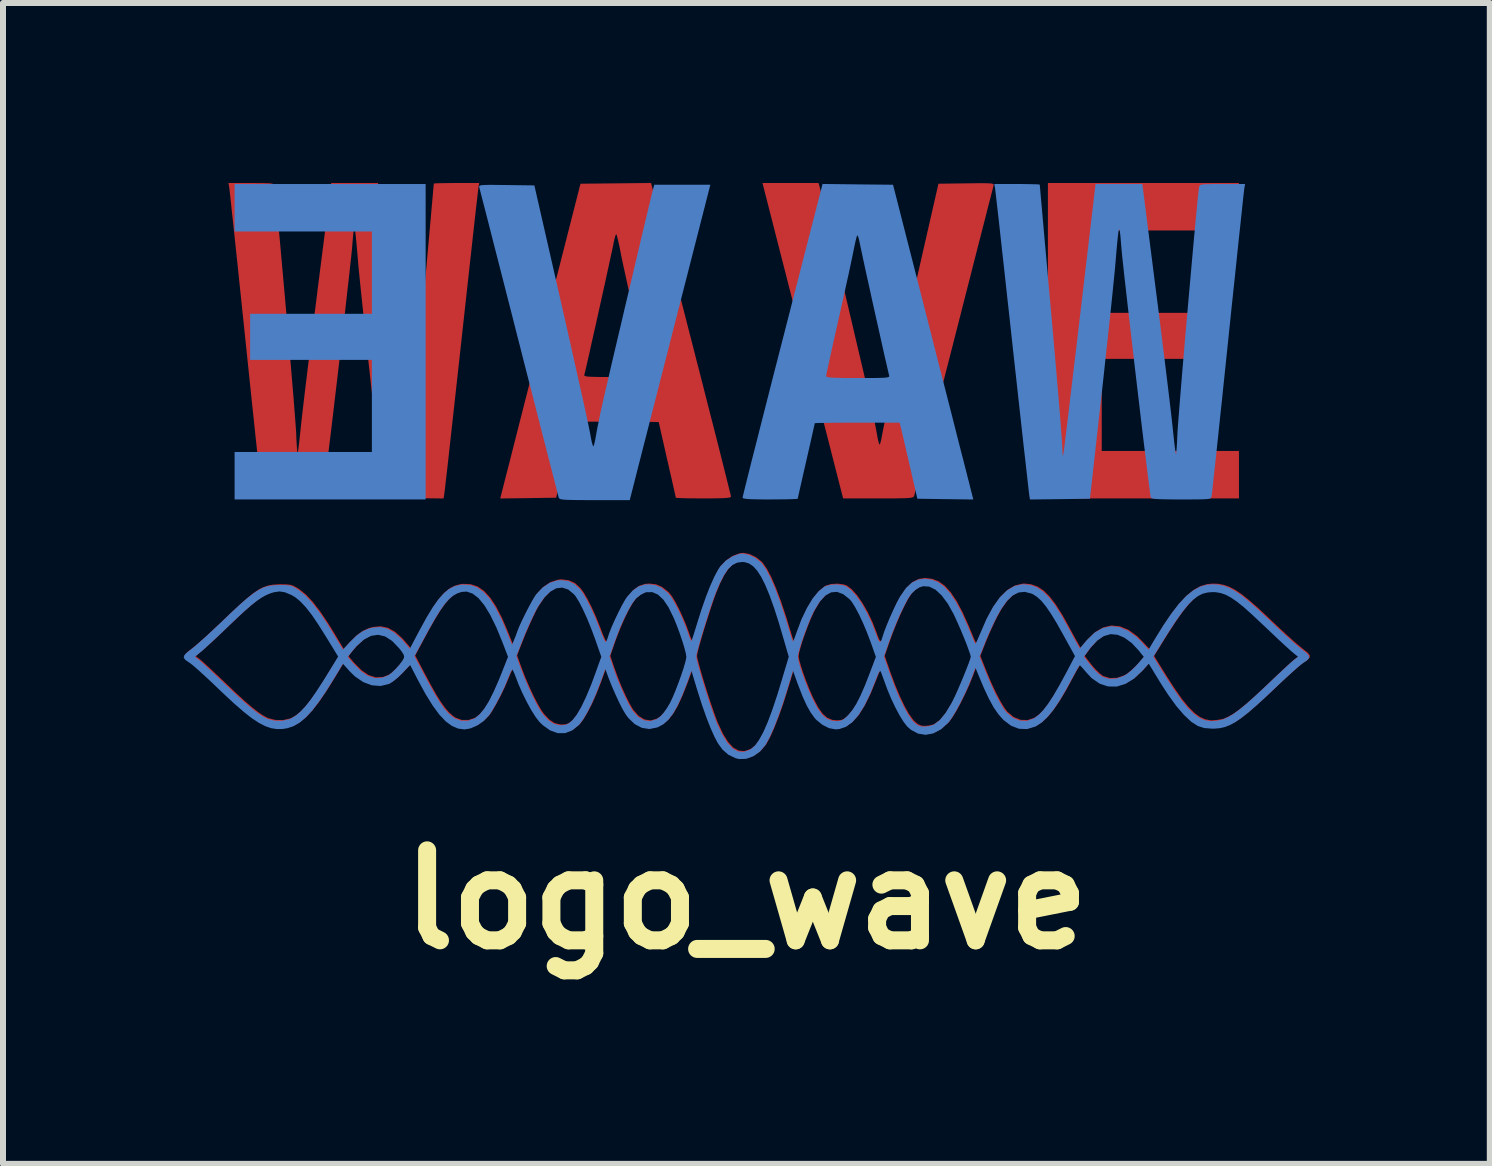
<source format=kicad_pcb>
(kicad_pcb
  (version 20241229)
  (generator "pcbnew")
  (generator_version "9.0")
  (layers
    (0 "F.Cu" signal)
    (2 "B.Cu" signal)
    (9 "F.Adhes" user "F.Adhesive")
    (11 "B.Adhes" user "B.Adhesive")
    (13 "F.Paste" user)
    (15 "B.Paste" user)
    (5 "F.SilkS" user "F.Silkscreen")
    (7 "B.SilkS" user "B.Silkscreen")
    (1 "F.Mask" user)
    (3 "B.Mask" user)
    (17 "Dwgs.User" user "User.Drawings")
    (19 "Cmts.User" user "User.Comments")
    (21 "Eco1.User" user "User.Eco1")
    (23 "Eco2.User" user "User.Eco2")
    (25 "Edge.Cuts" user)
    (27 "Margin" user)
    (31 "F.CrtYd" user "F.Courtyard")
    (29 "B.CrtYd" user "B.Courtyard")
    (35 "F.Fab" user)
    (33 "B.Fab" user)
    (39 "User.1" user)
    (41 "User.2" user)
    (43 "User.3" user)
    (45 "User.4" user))
  (footprint "logo_wave"
    (layer "F.Cu")
    (at 9.392 5.443)
    (property "Reference" "logo_wave" (at -0.002 6.501 0) (layer "F.SilkS") (effects (font (size 1.5 1.5) (thickness 0.3))))
    (attr board_only exclude_from_pos_files exclude_from_bom)
    (fp_poly (pts (xy 8.207 -5.047) (xy 8.207 -4.652) (xy 7.063 -4.652) (xy 5.92 -4.652) (xy 5.92 -3.966) (xy 5.92 -3.279) (xy 6.934 -3.279) (xy 7.948 -3.279) (xy 7.948 -2.896) (xy 7.948 -2.512) (xy 6.934 -2.512) (xy 5.92 -2.512) (xy 5.92 -1.744) (xy 5.92 -0.977) (xy 7.063 -0.977) (xy 8.207 -0.977) (xy 8.207 -0.581) (xy 8.207 -0.186) (xy 6.615 -0.186) (xy 5.023 -0.186) (xy 5.023 -2.814) (xy 5.023 -5.443) (xy 6.615 -5.443) (xy 8.207 -5.443)) (stroke (width 0) (type solid)) (fill yes) (layer "F.Cu"))
    (fp_poly (pts (xy 1.225 -5.355) (xy 1.235 -5.313) (xy 1.255 -5.23) (xy 1.284 -5.111) (xy 1.32 -4.959) (xy 1.363 -4.78) (xy 1.411 -4.577) (xy 1.463 -4.356) (xy 1.519 -4.12) (xy 1.577 -3.875) (xy 1.637 -3.623) (xy 1.696 -3.371) (xy 1.755 -3.122) (xy 1.811 -2.881) (xy 1.865 -2.652) (xy 1.915 -2.439) (xy 1.96 -2.248) (xy 1.998 -2.081) (xy 2.03 -1.945) (xy 2.054 -1.843) (xy 2.063 -1.802) (xy 2.093 -1.663) (xy 2.123 -1.522) (xy 2.148 -1.395) (xy 2.167 -1.294) (xy 2.171 -1.273) (xy 2.186 -1.186) (xy 2.202 -1.12) (xy 2.214 -1.084) (xy 2.216 -1.082) (xy 2.227 -1.098) (xy 2.242 -1.151) (xy 2.257 -1.228) (xy 2.261 -1.251) (xy 2.273 -1.316) (xy 2.293 -1.414) (xy 2.322 -1.548) (xy 2.359 -1.718) (xy 2.404 -1.926) (xy 2.459 -2.172) (xy 2.523 -2.458) (xy 2.596 -2.784) (xy 2.68 -3.151) (xy 2.773 -3.561) (xy 2.876 -4.015) (xy 2.944 -4.315) (xy 3.199 -5.431) (xy 3.665 -5.437) (xy 3.824 -5.439) (xy 3.942 -5.44) (xy 4.025 -5.438) (xy 4.078 -5.435) (xy 4.107 -5.428) (xy 4.119 -5.419) (xy 4.119 -5.406) (xy 4.118 -5.402) (xy 4.111 -5.375) (xy 4.093 -5.305) (xy 4.065 -5.196) (xy 4.027 -5.05) (xy 3.982 -4.871) (xy 3.928 -4.662) (xy 3.867 -4.425) (xy 3.8 -4.162) (xy 3.728 -3.878) (xy 3.65 -3.576) (xy 3.569 -3.256) (xy 3.484 -2.924) (xy 3.456 -2.814) (xy 3.37 -2.478) (xy 3.287 -2.155) (xy 3.208 -1.846) (xy 3.134 -1.556) (xy 3.065 -1.287) (xy 3.002 -1.041) (xy 2.946 -0.822) (xy 2.898 -0.633) (xy 2.857 -0.476) (xy 2.826 -0.355) (xy 2.805 -0.272) (xy 2.794 -0.231) (xy 2.793 -0.227) (xy 2.785 -0.214) (xy 2.769 -0.204) (xy 2.738 -0.197) (xy 2.686 -0.192) (xy 2.609 -0.189) (xy 2.501 -0.187) (xy 2.355 -0.186) (xy 2.195 -0.186) (xy 1.61 -0.186) (xy 1.454 -0.796) (xy 1.424 -0.913) (xy 1.384 -1.07) (xy 1.335 -1.263) (xy 1.277 -1.488) (xy 1.213 -1.739) (xy 1.143 -2.012) (xy 1.069 -2.302) (xy 0.992 -2.605) (xy 0.912 -2.917) (xy 0.832 -3.232) (xy 0.782 -3.425) (xy 0.266 -5.443) (xy 0.734 -5.443) (xy 1.201 -5.443)) (stroke (width 0) (type solid)) (fill yes) (layer "F.Cu"))
    (fp_poly (pts (xy -0.925 -2.844) (xy -0.838 -2.505) (xy -0.754 -2.178) (xy -0.675 -1.867) (xy -0.6 -1.574) (xy -0.53 -1.301) (xy -0.467 -1.053) (xy -0.411 -0.831) (xy -0.363 -0.639) (xy -0.323 -0.479) (xy -0.292 -0.354) (xy -0.27 -0.267) (xy -0.26 -0.221) (xy -0.259 -0.215) (xy -0.27 -0.204) (xy -0.307 -0.197) (xy -0.375 -0.191) (xy -0.477 -0.188) (xy -0.62 -0.186) (xy -0.719 -0.186) (xy -0.861 -0.187) (xy -0.985 -0.188) (xy -1.084 -0.191) (xy -1.151 -0.194) (xy -1.179 -0.198) (xy -1.179 -0.199) (xy -1.184 -0.224) (xy -1.198 -0.288) (xy -1.22 -0.386) (xy -1.248 -0.512) (xy -1.282 -0.658) (xy -1.319 -0.821) (xy -1.321 -0.829) (xy -1.358 -0.992) (xy -1.391 -1.139) (xy -1.42 -1.265) (xy -1.442 -1.364) (xy -1.457 -1.43) (xy -1.462 -1.456) (xy -1.462 -1.456) (xy -1.485 -1.459) (xy -1.549 -1.461) (xy -1.649 -1.462) (xy -1.778 -1.464) (xy -1.932 -1.465) (xy -2.104 -1.465) (xy -2.169 -1.465) (xy -2.876 -1.465) (xy -2.893 -1.401) (xy -2.903 -1.361) (xy -2.921 -1.283) (xy -2.947 -1.174) (xy -2.978 -1.04) (xy -3.013 -0.888) (xy -3.041 -0.767) (xy -3.172 -0.198) (xy -3.638 -0.191) (xy -4.105 -0.185) (xy -4.089 -0.249) (xy -4.081 -0.28) (xy -4.062 -0.353) (xy -4.034 -0.465) (xy -3.996 -0.613) (xy -3.949 -0.795) (xy -3.895 -1.008) (xy -3.834 -1.247) (xy -3.767 -1.512) (xy -3.694 -1.798) (xy -3.616 -2.103) (xy -3.582 -2.237) (xy -2.704 -2.237) (xy -2.695 -2.227) (xy -2.67 -2.22) (xy -2.624 -2.215) (xy -2.55 -2.212) (xy -2.444 -2.21) (xy -2.301 -2.21) (xy -2.183 -2.21) (xy -2.004 -2.21) (xy -1.868 -2.212) (xy -1.769 -2.215) (xy -1.703 -2.22) (xy -1.666 -2.227) (xy -1.651 -2.237) (xy -1.651 -2.239) (xy -1.656 -2.268) (xy -1.67 -2.337) (xy -1.692 -2.441) (xy -1.722 -2.576) (xy -1.757 -2.735) (xy -1.797 -2.914) (xy -1.841 -3.107) (xy -1.849 -3.145) (xy -1.896 -3.354) (xy -1.942 -3.559) (xy -1.985 -3.756) (xy -2.024 -3.935) (xy -2.058 -4.089) (xy -2.084 -4.213) (xy -2.1 -4.295) (xy -2.122 -4.404) (xy -2.143 -4.495) (xy -2.159 -4.56) (xy -2.169 -4.588) (xy -2.181 -4.577) (xy -2.196 -4.529) (xy -2.213 -4.456) (xy -2.214 -4.449) (xy -2.224 -4.397) (xy -2.243 -4.307) (xy -2.27 -4.185) (xy -2.302 -4.037) (xy -2.339 -3.868) (xy -2.379 -3.685) (xy -2.422 -3.491) (xy -2.466 -3.294) (xy -2.509 -3.098) (xy -2.552 -2.91) (xy -2.591 -2.735) (xy -2.626 -2.578) (xy -2.656 -2.445) (xy -2.68 -2.343) (xy -2.696 -2.275) (xy -2.703 -2.25) (xy -2.704 -2.237) (xy -3.582 -2.237) (xy -3.534 -2.423) (xy -3.449 -2.757) (xy -3.42 -2.872) (xy -2.767 -5.431) (xy -2.179 -5.437) (xy -1.591 -5.443)) (stroke (width 0) (type solid)) (fill yes) (layer "F.Cu"))
    (fp_poly (pts (xy -8.115 -5.442) (xy -8.014 -5.441) (xy -7.946 -5.438) (xy -7.904 -5.432) (xy -7.882 -5.422) (xy -7.871 -5.407) (xy -7.867 -5.39) (xy -7.861 -5.351) (xy -7.852 -5.269) (xy -7.84 -5.15) (xy -7.825 -4.996) (xy -7.808 -4.813) (xy -7.789 -4.605) (xy -7.768 -4.376) (xy -7.746 -4.129) (xy -7.723 -3.87) (xy -7.699 -3.603) (xy -7.675 -3.331) (xy -7.651 -3.059) (xy -7.628 -2.791) (xy -7.606 -2.531) (xy -7.585 -2.284) (xy -7.566 -2.053) (xy -7.548 -1.844) (xy -7.534 -1.659) (xy -7.522 -1.504) (xy -7.513 -1.382) (xy -7.507 -1.298) (xy -7.506 -1.273) (xy -7.501 -1.154) (xy -7.495 -1.054) (xy -7.489 -0.981) (xy -7.484 -0.944) (xy -7.482 -0.94) (xy -7.476 -0.966) (xy -7.467 -1.03) (xy -7.455 -1.126) (xy -7.442 -1.245) (xy -7.428 -1.377) (xy -7.418 -1.469) (xy -7.403 -1.603) (xy -7.383 -1.773) (xy -7.359 -1.976) (xy -7.331 -2.206) (xy -7.3 -2.46) (xy -7.266 -2.731) (xy -7.23 -3.016) (xy -7.193 -3.31) (xy -7.155 -3.608) (xy -7.154 -3.623) (xy -6.922 -5.443) (xy -6.532 -5.443) (xy -6.142 -5.443) (xy -5.888 -3.285) (xy -5.851 -2.971) (xy -5.815 -2.667) (xy -5.78 -2.378) (xy -5.748 -2.107) (xy -5.718 -1.857) (xy -5.691 -1.632) (xy -5.668 -1.436) (xy -5.648 -1.271) (xy -5.632 -1.142) (xy -5.621 -1.052) (xy -5.615 -1.003) (xy -5.614 -1) (xy -5.604 -0.934) (xy -5.597 -0.911) (xy -5.594 -0.929) (xy -5.592 -0.957) (xy -5.589 -1.036) (xy -5.582 -1.141) (xy -5.573 -1.275) (xy -5.561 -1.438) (xy -5.545 -1.634) (xy -5.527 -1.865) (xy -5.504 -2.131) (xy -5.478 -2.436) (xy -5.448 -2.782) (xy -5.413 -3.169) (xy -5.376 -3.59) (xy -5.35 -3.877) (xy -5.326 -4.151) (xy -5.303 -4.408) (xy -5.282 -4.644) (xy -5.263 -4.855) (xy -5.247 -5.04) (xy -5.233 -5.193) (xy -5.223 -5.311) (xy -5.216 -5.392) (xy -5.212 -5.43) (xy -5.212 -5.433) (xy -5.19 -5.437) (xy -5.128 -5.439) (xy -5.035 -5.441) (xy -4.919 -5.442) (xy -4.834 -5.443) (xy -4.455 -5.443) (xy -4.468 -5.367) (xy -4.472 -5.334) (xy -4.481 -5.258) (xy -4.494 -5.142) (xy -4.512 -4.989) (xy -4.533 -4.802) (xy -4.557 -4.584) (xy -4.584 -4.339) (xy -4.614 -4.07) (xy -4.646 -3.779) (xy -4.68 -3.469) (xy -4.716 -3.145) (xy -4.752 -2.814) (xy -4.789 -2.478) (xy -4.825 -2.154) (xy -4.859 -1.845) (xy -4.891 -1.555) (xy -4.921 -1.285) (xy -4.948 -1.041) (xy -4.972 -0.823) (xy -4.993 -0.637) (xy -5.011 -0.484) (xy -5.024 -0.369) (xy -5.033 -0.293) (xy -5.037 -0.261) (xy -5.049 -0.185) (xy -5.549 -0.191) (xy -6.049 -0.198) (xy -6.242 -1.93) (xy -6.274 -2.223) (xy -6.306 -2.513) (xy -6.337 -2.796) (xy -6.366 -3.065) (xy -6.392 -3.316) (xy -6.416 -3.545) (xy -6.437 -3.746) (xy -6.454 -3.914) (xy -6.467 -4.045) (xy -6.473 -4.117) (xy -6.49 -4.317) (xy -6.504 -4.473) (xy -6.516 -4.586) (xy -6.525 -4.657) (xy -6.534 -4.689) (xy -6.541 -4.683) (xy -6.549 -4.64) (xy -6.557 -4.563) (xy -6.567 -4.452) (xy -6.572 -4.384) (xy -6.579 -4.312) (xy -6.59 -4.202) (xy -6.606 -4.057) (xy -6.625 -3.882) (xy -6.648 -3.682) (xy -6.673 -3.459) (xy -6.7 -3.218) (xy -6.73 -2.964) (xy -6.76 -2.699) (xy -6.792 -2.429) (xy -6.824 -2.158) (xy -6.856 -1.888) (xy -6.887 -1.625) (xy -6.917 -1.372) (xy -6.946 -1.134) (xy -6.973 -0.915) (xy -6.997 -0.718) (xy -7.018 -0.548) (xy -7.036 -0.408) (xy -7.05 -0.303) (xy -7.059 -0.237) (xy -7.063 -0.215) (xy -7.079 -0.205) (xy -7.121 -0.197) (xy -7.193 -0.191) (xy -7.3 -0.188) (xy -7.447 -0.186) (xy -7.569 -0.186) (xy -7.734 -0.186) (xy -7.858 -0.187) (xy -7.946 -0.189) (xy -8.006 -0.193) (xy -8.043 -0.199) (xy -8.062 -0.209) (xy -8.072 -0.222) (xy -8.076 -0.238) (xy -8.08 -0.268) (xy -8.088 -0.341) (xy -8.101 -0.454) (xy -8.117 -0.604) (xy -8.137 -0.789) (xy -8.16 -1.004) (xy -8.186 -1.247) (xy -8.214 -1.515) (xy -8.245 -1.805) (xy -8.277 -2.113) (xy -8.311 -2.437) (xy -8.346 -2.774) (xy -8.348 -2.791) (xy -8.383 -3.129) (xy -8.417 -3.454) (xy -8.45 -3.765) (xy -8.48 -4.057) (xy -8.509 -4.328) (xy -8.535 -4.575) (xy -8.558 -4.794) (xy -8.579 -4.982) (xy -8.595 -5.137) (xy -8.608 -5.254) (xy -8.617 -5.332) (xy -8.621 -5.367) (xy -8.621 -5.367) (xy -8.634 -5.443) (xy -8.256 -5.443)) (stroke (width 0) (type solid)) (fill yes) (layer "F.Cu"))
    (fp_poly (pts (xy 0.051 0.741) (xy 0.158 0.793) (xy 0.254 0.869) (xy 0.272 0.889) (xy 0.339 0.986) (xy 0.413 1.126) (xy 0.491 1.308) (xy 0.574 1.528) (xy 0.66 1.785) (xy 0.731 2.018) (xy 0.755 2.098) (xy 0.775 2.158) (xy 0.787 2.186) (xy 0.788 2.187) (xy 0.798 2.166) (xy 0.819 2.113) (xy 0.846 2.037) (xy 0.848 2.03) (xy 0.929 1.816) (xy 1.018 1.63) (xy 1.113 1.474) (xy 1.21 1.355) (xy 1.306 1.276) (xy 1.324 1.266) (xy 1.41 1.241) (xy 1.516 1.234) (xy 1.618 1.247) (xy 1.672 1.266) (xy 1.754 1.328) (xy 1.843 1.427) (xy 1.933 1.558) (xy 2.022 1.712) (xy 2.103 1.884) (xy 2.173 2.065) (xy 2.18 2.088) (xy 2.21 2.163) (xy 2.234 2.193) (xy 2.256 2.179) (xy 2.275 2.125) (xy 2.302 2.039) (xy 2.345 1.925) (xy 2.398 1.796) (xy 2.457 1.665) (xy 2.514 1.546) (xy 2.565 1.45) (xy 2.573 1.435) (xy 2.669 1.299) (xy 2.767 1.207) (xy 2.872 1.155) (xy 2.977 1.14) (xy 3.094 1.154) (xy 3.203 1.196) (xy 3.305 1.27) (xy 3.404 1.379) (xy 3.502 1.525) (xy 3.601 1.711) (xy 3.704 1.94) (xy 3.727 1.996) (xy 3.765 2.088) (xy 3.797 2.163) (xy 3.819 2.211) (xy 3.826 2.223) (xy 3.839 2.208) (xy 3.863 2.159) (xy 3.894 2.086) (xy 3.903 2.065) (xy 4.01 1.815) (xy 4.121 1.611) (xy 4.235 1.451) (xy 4.353 1.336) (xy 4.475 1.264) (xy 4.604 1.234) (xy 4.632 1.233) (xy 4.745 1.245) (xy 4.851 1.283) (xy 4.952 1.35) (xy 5.053 1.45) (xy 5.157 1.586) (xy 5.267 1.761) (xy 5.355 1.919) (xy 5.408 2.017) (xy 5.46 2.113) (xy 5.502 2.189) (xy 5.511 2.204) (xy 5.568 2.303) (xy 5.683 2.166) (xy 5.811 2.042) (xy 5.945 1.964) (xy 6.083 1.932) (xy 6.224 1.946) (xy 6.367 2.005) (xy 6.511 2.11) (xy 6.582 2.181) (xy 6.714 2.321) (xy 6.806 2.167) (xy 6.956 1.924) (xy 7.092 1.722) (xy 7.219 1.559) (xy 7.338 1.432) (xy 7.453 1.339) (xy 7.565 1.276) (xy 7.679 1.242) (xy 7.777 1.233) (xy 7.87 1.238) (xy 7.96 1.256) (xy 8.051 1.289) (xy 8.148 1.34) (xy 8.256 1.413) (xy 8.378 1.511) (xy 8.521 1.636) (xy 8.688 1.792) (xy 8.761 1.862) (xy 8.88 1.974) (xy 8.997 2.082) (xy 9.104 2.179) (xy 9.194 2.257) (xy 9.26 2.311) (xy 9.274 2.322) (xy 9.351 2.383) (xy 9.388 2.429) (xy 9.385 2.468) (xy 9.344 2.509) (xy 9.296 2.54) (xy 9.253 2.572) (xy 9.183 2.631) (xy 9.093 2.711) (xy 8.989 2.806) (xy 8.878 2.91) (xy 8.856 2.931) (xy 8.669 3.108) (xy 8.51 3.253) (xy 8.375 3.371) (xy 8.258 3.463) (xy 8.156 3.532) (xy 8.065 3.581) (xy 7.979 3.614) (xy 7.896 3.632) (xy 7.809 3.639) (xy 7.783 3.64) (xy 7.641 3.629) (xy 7.535 3.595) (xy 7.426 3.525) (xy 7.306 3.413) (xy 7.176 3.262) (xy 7.04 3.076) (xy 6.925 2.896) (xy 6.715 2.555) (xy 6.61 2.673) (xy 6.47 2.806) (xy 6.326 2.894) (xy 6.181 2.937) (xy 6.037 2.935) (xy 5.898 2.889) (xy 5.765 2.797) (xy 5.667 2.693) (xy 5.619 2.634) (xy 5.582 2.594) (xy 5.566 2.582) (xy 5.551 2.602) (xy 5.52 2.654) (xy 5.477 2.729) (xy 5.448 2.785) (xy 5.327 3.008) (xy 5.218 3.191) (xy 5.118 3.337) (xy 5.024 3.45) (xy 4.934 3.535) (xy 4.844 3.595) (xy 4.822 3.606) (xy 4.688 3.646) (xy 4.554 3.641) (xy 4.422 3.59) (xy 4.297 3.495) (xy 4.291 3.49) (xy 4.209 3.398) (xy 4.131 3.285) (xy 4.053 3.143) (xy 3.971 2.967) (xy 3.928 2.865) (xy 3.828 2.624) (xy 3.773 2.772) (xy 3.716 2.915) (xy 3.648 3.064) (xy 3.576 3.211) (xy 3.504 3.344) (xy 3.437 3.455) (xy 3.381 3.533) (xy 3.375 3.54) (xy 3.253 3.65) (xy 3.126 3.718) (xy 2.997 3.742) (xy 2.872 3.722) (xy 2.753 3.657) (xy 2.691 3.602) (xy 2.633 3.528) (xy 2.565 3.42) (xy 2.494 3.287) (xy 2.424 3.14) (xy 2.361 2.988) (xy 2.34 2.931) (xy 2.306 2.837) (xy 2.276 2.757) (xy 2.255 2.702) (xy 2.251 2.69) (xy 2.238 2.677) (xy 2.22 2.697) (xy 2.194 2.755) (xy 2.17 2.818) (xy 2.071 3.062) (xy 1.973 3.262) (xy 1.875 3.418) (xy 1.773 3.533) (xy 1.669 3.608) (xy 1.559 3.646) (xy 1.498 3.651) (xy 1.388 3.631) (xy 1.276 3.574) (xy 1.173 3.489) (xy 1.148 3.461) (xy 1.082 3.37) (xy 1.017 3.255) (xy 0.951 3.111) (xy 0.88 2.929) (xy 0.861 2.879) (xy 0.786 2.672) (xy 0.685 3.005) (xy 0.613 3.234) (xy 0.539 3.443) (xy 0.467 3.628) (xy 0.399 3.781) (xy 0.337 3.896) (xy 0.326 3.914) (xy 0.235 4.022) (xy 0.126 4.099) (xy 0.008 4.142) (xy -0.109 4.146) (xy -0.168 4.132) (xy -0.289 4.074) (xy -0.386 3.99) (xy -0.465 3.881) (xy -0.523 3.772) (xy -0.588 3.625) (xy -0.658 3.447) (xy -0.729 3.244) (xy -0.8 3.025) (xy -0.816 2.971) (xy -0.905 2.673) (xy -0.979 2.878) (xy -1.062 3.09) (xy -1.14 3.26) (xy -1.216 3.394) (xy -1.294 3.494) (xy -1.376 3.567) (xy -1.466 3.615) (xy -1.475 3.619) (xy -1.605 3.645) (xy -1.731 3.626) (xy -1.85 3.564) (xy -1.958 3.46) (xy -2.006 3.395) (xy -2.055 3.31) (xy -2.114 3.193) (xy -2.177 3.056) (xy -2.239 2.913) (xy -2.294 2.773) (xy -2.299 2.759) (xy -2.341 2.645) (xy -2.429 2.887) (xy -2.498 3.063) (xy -2.571 3.228) (xy -2.646 3.375) (xy -2.716 3.493) (xy -2.779 3.576) (xy -2.781 3.577) (xy -2.892 3.668) (xy -3.011 3.714) (xy -3.134 3.714) (xy -3.259 3.669) (xy -3.384 3.58) (xy -3.439 3.525) (xy -3.502 3.446) (xy -3.573 3.333) (xy -3.648 3.196) (xy -3.722 3.047) (xy -3.788 2.897) (xy -3.823 2.805) (xy -3.853 2.729) (xy -3.877 2.675) (xy -3.891 2.652) (xy -3.891 2.652) (xy -3.905 2.672) (xy -3.93 2.724) (xy -3.96 2.797) (xy -4.02 2.94) (xy -4.091 3.09) (xy -4.166 3.232) (xy -4.237 3.355) (xy -4.284 3.424) (xy -4.369 3.512) (xy -4.475 3.586) (xy -4.588 3.635) (xy -4.687 3.652) (xy -4.793 3.638) (xy -4.898 3.593) (xy -5.001 3.517) (xy -5.107 3.405) (xy -5.218 3.255) (xy -5.335 3.065) (xy -5.46 2.835) (xy -5.594 2.576) (xy -5.727 2.718) (xy -5.802 2.79) (xy -5.877 2.851) (xy -5.94 2.891) (xy -5.948 2.895) (xy -6.088 2.928) (xy -6.232 2.917) (xy -6.375 2.863) (xy -6.514 2.768) (xy -6.6 2.684) (xy -6.715 2.557) (xy -6.852 2.785) (xy -6.991 3.009) (xy -7.116 3.193) (xy -7.23 3.341) (xy -7.336 3.455) (xy -7.438 3.54) (xy -7.538 3.597) (xy -7.641 3.632) (xy -7.717 3.644) (xy -7.812 3.646) (xy -7.908 3.632) (xy -8.008 3.598) (xy -8.115 3.542) (xy -8.236 3.462) (xy -8.372 3.354) (xy -8.529 3.218) (xy -8.711 3.049) (xy -8.797 2.967) (xy -8.913 2.856) (xy -9.023 2.753) (xy -9.121 2.665) (xy -9.201 2.595) (xy -9.256 2.551) (xy -9.272 2.54) (xy -9.339 2.494) (xy -9.367 2.455) (xy -9.363 2.442) (xy -9.182 2.442) (xy -9.113 2.493) (xy -9.076 2.524) (xy -9.012 2.583) (xy -8.926 2.662) (xy -8.824 2.758) (xy -8.712 2.864) (xy -8.667 2.907) (xy -8.5 3.066) (xy -8.36 3.194) (xy -8.244 3.294) (xy -8.145 3.371) (xy -8.062 3.428) (xy -7.988 3.468) (xy -7.968 3.477) (xy -7.853 3.506) (xy -7.726 3.508) (xy -7.608 3.482) (xy -7.575 3.468) (xy -7.499 3.421) (xy -7.423 3.358) (xy -7.343 3.273) (xy -7.255 3.162) (xy -7.156 3.02) (xy -7.042 2.843) (xy -6.984 2.749) (xy -6.797 2.444) (xy -6.634 2.444) (xy -6.541 2.552) (xy -6.416 2.678) (xy -6.297 2.759) (xy -6.179 2.796) (xy -6.061 2.79) (xy -5.963 2.754) (xy -5.907 2.714) (xy -5.839 2.649) (xy -5.772 2.574) (xy -5.719 2.503) (xy -5.702 2.473) (xy -5.693 2.44) (xy -5.695 2.431) (xy -5.522 2.431) (xy -5.363 2.733) (xy -5.259 2.927) (xy -5.171 3.083) (xy -5.094 3.207) (xy -5.025 3.303) (xy -4.961 3.377) (xy -4.898 3.433) (xy -4.847 3.469) (xy -4.745 3.506) (xy -4.632 3.506) (xy -4.525 3.471) (xy -4.513 3.464) (xy -4.437 3.403) (xy -4.36 3.31) (xy -4.281 3.182) (xy -4.198 3.017) (xy -4.108 2.811) (xy -4.066 2.705) (xy -3.963 2.442) (xy -3.968 2.429) (xy -3.824 2.429) (xy -3.748 2.639) (xy -3.689 2.793) (xy -3.622 2.949) (xy -3.552 3.099) (xy -3.483 3.233) (xy -3.421 3.341) (xy -3.374 3.407) (xy -3.284 3.502) (xy -3.198 3.558) (xy -3.105 3.581) (xy -3.073 3.582) (xy -3.002 3.576) (xy -2.946 3.549) (xy -2.89 3.501) (xy -2.821 3.414) (xy -2.745 3.285) (xy -2.664 3.117) (xy -2.579 2.912) (xy -2.514 2.739) (xy -2.407 2.441) (xy -2.409 2.437) (xy -2.27 2.437) (xy -2.204 2.632) (xy -2.147 2.79) (xy -2.083 2.95) (xy -2.015 3.101) (xy -1.95 3.231) (xy -1.893 3.329) (xy -1.885 3.34) (xy -1.795 3.441) (xy -1.696 3.499) (xy -1.594 3.514) (xy -1.492 3.484) (xy -1.426 3.439) (xy -1.372 3.38) (xy -1.312 3.296) (xy -1.261 3.209) (xy -1.218 3.116) (xy -1.17 3.002) (xy -1.122 2.877) (xy -1.077 2.751) (xy -1.038 2.633) (xy -1.008 2.534) (xy -0.992 2.462) (xy -0.991 2.442) (xy -0.991 2.437) (xy -0.825 2.437) (xy -0.818 2.481) (xy -0.798 2.561) (xy -0.768 2.669) (xy -0.731 2.798) (xy -0.688 2.938) (xy -0.642 3.084) (xy -0.596 3.225) (xy -0.552 3.355) (xy -0.512 3.466) (xy -0.48 3.549) (xy -0.479 3.551) (xy -0.393 3.735) (xy -0.307 3.873) (xy -0.22 3.967) (xy -0.13 4.017) (xy -0.037 4.025) (xy 0.062 3.993) (xy 0.087 3.979) (xy 0.152 3.923) (xy 0.22 3.831) (xy 0.291 3.702) (xy 0.365 3.534) (xy 0.443 3.325) (xy 0.527 3.073) (xy 0.59 2.866) (xy 0.717 2.441) (xy 0.716 2.441) (xy 0.868 2.441) (xy 0.868 2.442) (xy 0.879 2.505) (xy 0.905 2.601) (xy 0.943 2.718) (xy 0.99 2.847) (xy 1.041 2.978) (xy 1.094 3.101) (xy 1.118 3.152) (xy 1.195 3.298) (xy 1.27 3.403) (xy 1.347 3.47) (xy 1.431 3.505) (xy 1.502 3.512) (xy 1.569 3.509) (xy 1.619 3.491) (xy 1.669 3.452) (xy 1.708 3.413) (xy 1.775 3.332) (xy 1.843 3.226) (xy 1.913 3.088) (xy 1.988 2.916) (xy 2.066 2.716) (xy 2.168 2.443) (xy 2.166 2.437) (xy 2.303 2.437) (xy 2.403 2.725) (xy 2.479 2.928) (xy 2.556 3.112) (xy 2.633 3.273) (xy 2.706 3.404) (xy 2.773 3.498) (xy 2.796 3.524) (xy 2.858 3.577) (xy 2.916 3.601) (xy 2.974 3.605) (xy 3.054 3.597) (xy 3.126 3.576) (xy 3.134 3.572) (xy 3.231 3.5) (xy 3.328 3.382) (xy 3.427 3.217) (xy 3.447 3.18) (xy 3.487 3.097) (xy 3.533 2.994) (xy 3.583 2.879) (xy 3.632 2.761) (xy 3.677 2.65) (xy 3.714 2.554) (xy 3.74 2.481) (xy 3.75 2.442) (xy 3.75 2.44) (xy 3.749 2.438) (xy 3.897 2.438) (xy 4.008 2.717) (xy 4.084 2.897) (xy 4.161 3.06) (xy 4.234 3.199) (xy 4.3 3.307) (xy 4.348 3.37) (xy 4.453 3.457) (xy 4.568 3.504) (xy 4.686 3.508) (xy 4.8 3.469) (xy 4.809 3.464) (xy 4.881 3.41) (xy 4.956 3.334) (xy 5.036 3.229) (xy 5.125 3.093) (xy 5.225 2.922) (xy 5.334 2.722) (xy 5.483 2.439) (xy 5.636 2.439) (xy 5.748 2.583) (xy 5.814 2.66) (xy 5.883 2.727) (xy 5.94 2.771) (xy 5.943 2.773) (xy 6.054 2.808) (xy 6.176 2.804) (xy 6.297 2.762) (xy 6.349 2.731) (xy 6.42 2.673) (xy 6.498 2.599) (xy 6.54 2.553) (xy 6.634 2.443) (xy 6.63 2.439) (xy 6.793 2.439) (xy 7.007 2.784) (xy 7.141 2.991) (xy 7.259 3.159) (xy 7.366 3.29) (xy 7.464 3.388) (xy 7.556 3.456) (xy 7.646 3.496) (xy 7.737 3.512) (xy 7.76 3.512) (xy 7.848 3.506) (xy 7.931 3.491) (xy 7.95 3.486) (xy 8.029 3.452) (xy 8.118 3.401) (xy 8.219 3.328) (xy 8.339 3.23) (xy 8.48 3.105) (xy 8.648 2.948) (xy 8.679 2.919) (xy 8.794 2.808) (xy 8.902 2.707) (xy 8.997 2.618) (xy 9.073 2.549) (xy 9.123 2.505) (xy 9.137 2.494) (xy 9.205 2.442) (xy 9.101 2.355) (xy 9.054 2.314) (xy 8.979 2.246) (xy 8.884 2.157) (xy 8.774 2.055) (xy 8.657 1.944) (xy 8.608 1.896) (xy 8.443 1.741) (xy 8.304 1.618) (xy 8.187 1.523) (xy 8.086 1.454) (xy 7.996 1.406) (xy 7.912 1.377) (xy 7.83 1.365) (xy 7.783 1.363) (xy 7.694 1.37) (xy 7.612 1.391) (xy 7.532 1.432) (xy 7.451 1.494) (xy 7.366 1.582) (xy 7.272 1.699) (xy 7.166 1.848) (xy 7.045 2.033) (xy 6.961 2.167) (xy 6.793 2.439) (xy 6.63 2.439) (xy 6.549 2.335) (xy 6.434 2.213) (xy 6.31 2.123) (xy 6.197 2.075) (xy 6.08 2.064) (xy 5.966 2.097) (xy 5.854 2.174) (xy 5.741 2.296) (xy 5.713 2.334) (xy 5.636 2.439) (xy 5.483 2.439) (xy 5.488 2.431) (xy 5.285 2.063) (xy 5.176 1.871) (xy 5.083 1.718) (xy 5.001 1.599) (xy 4.927 1.509) (xy 4.857 1.444) (xy 4.788 1.4) (xy 4.759 1.387) (xy 4.648 1.359) (xy 4.545 1.369) (xy 4.446 1.421) (xy 4.35 1.514) (xy 4.253 1.651) (xy 4.188 1.767) (xy 4.13 1.883) (xy 4.067 2.02) (xy 4.009 2.155) (xy 3.989 2.204) (xy 3.897 2.438) (xy 3.749 2.438) (xy 3.741 2.401) (xy 3.716 2.328) (xy 3.68 2.231) (xy 3.634 2.117) (xy 3.584 1.997) (xy 3.533 1.879) (xy 3.484 1.771) (xy 3.466 1.733) (xy 3.367 1.555) (xy 3.265 1.418) (xy 3.162 1.323) (xy 3.059 1.272) (xy 2.957 1.265) (xy 2.891 1.286) (xy 2.823 1.33) (xy 2.759 1.391) (xy 2.751 1.401) (xy 2.7 1.479) (xy 2.639 1.592) (xy 2.573 1.73) (xy 2.506 1.885) (xy 2.441 2.047) (xy 2.393 2.178) (xy 2.303 2.437) (xy 2.166 2.437) (xy 2.084 2.204) (xy 2.023 2.041) (xy 1.957 1.884) (xy 1.889 1.74) (xy 1.825 1.618) (xy 1.767 1.526) (xy 1.73 1.48) (xy 1.623 1.396) (xy 1.52 1.359) (xy 1.42 1.368) (xy 1.323 1.423) (xy 1.229 1.524) (xy 1.14 1.672) (xy 1.12 1.712) (xy 1.073 1.816) (xy 1.024 1.937) (xy 0.977 2.064) (xy 0.934 2.187) (xy 0.9 2.298) (xy 0.877 2.386) (xy 0.868 2.441) (xy 0.716 2.441) (xy 0.638 2.168) (xy 0.551 1.876) (xy 0.471 1.626) (xy 0.397 1.417) (xy 0.326 1.246) (xy 0.258 1.11) (xy 0.191 1.007) (xy 0.123 0.933) (xy 0.054 0.886) (xy -0.018 0.864) (xy -0.058 0.861) (xy -0.145 0.873) (xy -0.224 0.912) (xy -0.297 0.982) (xy -0.368 1.087) (xy -0.44 1.23) (xy -0.504 1.384) (xy -0.538 1.476) (xy -0.578 1.592) (xy -0.621 1.725) (xy -0.666 1.866) (xy -0.71 2.008) (xy -0.75 2.142) (xy -0.784 2.26) (xy -0.809 2.355) (xy -0.823 2.418) (xy -0.825 2.437) (xy -0.991 2.437) (xy -0.999 2.384) (xy -1.022 2.293) (xy -1.057 2.179) (xy -1.1 2.052) (xy -1.148 1.923) (xy -1.197 1.8) (xy -1.201 1.792) (xy -1.286 1.618) (xy -1.373 1.489) (xy -1.463 1.405) (xy -1.556 1.364) (xy -1.655 1.365) (xy -1.676 1.37) (xy -1.75 1.407) (xy -1.824 1.465) (xy -1.842 1.483) (xy -1.899 1.562) (xy -1.965 1.677) (xy -2.035 1.82) (xy -2.105 1.982) (xy -2.172 2.154) (xy -2.193 2.213) (xy -2.27 2.437) (xy -2.409 2.437) (xy -2.515 2.134) (xy -2.581 1.957) (xy -2.65 1.79) (xy -2.718 1.642) (xy -2.781 1.52) (xy -2.837 1.431) (xy -2.862 1.399) (xy -2.958 1.321) (xy -3.058 1.288) (xy -3.159 1.3) (xy -3.261 1.357) (xy -3.362 1.458) (xy -3.461 1.602) (xy -3.5 1.673) (xy -3.554 1.783) (xy -3.616 1.918) (xy -3.677 2.058) (xy -3.716 2.155) (xy -3.824 2.429) (xy -3.968 2.429) (xy -4.053 2.204) (xy -4.157 1.951) (xy -4.258 1.744) (xy -4.357 1.582) (xy -4.455 1.463) (xy -4.553 1.388) (xy -4.65 1.355) (xy -4.736 1.36) (xy -4.81 1.385) (xy -4.88 1.425) (xy -4.949 1.484) (xy -5.022 1.567) (xy -5.1 1.678) (xy -5.189 1.822) (xy -5.291 2.002) (xy -5.341 2.094) (xy -5.522 2.431) (xy -5.695 2.431) (xy -5.703 2.403) (xy -5.736 2.35) (xy -5.777 2.299) (xy -5.893 2.178) (xy -6.01 2.103) (xy -6.127 2.075) (xy -6.247 2.093) (xy -6.368 2.157) (xy -6.491 2.268) (xy -6.57 2.361) (xy -6.634 2.444) (xy -6.797 2.444) (xy -6.793 2.438) (xy -6.998 2.102) (xy -7.124 1.902) (xy -7.234 1.741) (xy -7.333 1.614) (xy -7.423 1.518) (xy -7.508 1.449) (xy -7.575 1.409) (xy -7.681 1.366) (xy -7.772 1.352) (xy -7.866 1.366) (xy -7.922 1.383) (xy -7.994 1.413) (xy -8.068 1.453) (xy -8.15 1.509) (xy -8.245 1.585) (xy -8.358 1.683) (xy -8.493 1.809) (xy -8.608 1.918) (xy -8.723 2.028) (xy -8.833 2.133) (xy -8.932 2.225) (xy -9.013 2.299) (xy -9.069 2.348) (xy -9.078 2.356) (xy -9.182 2.442) (xy -9.363 2.442) (xy -9.356 2.414) (xy -9.305 2.364) (xy -9.25 2.322) (xy -9.193 2.276) (xy -9.109 2.204) (xy -9.006 2.112) (xy -8.892 2.007) (xy -8.773 1.895) (xy -8.738 1.861) (xy -8.57 1.701) (xy -8.43 1.571) (xy -8.313 1.468) (xy -8.213 1.389) (xy -8.127 1.331) (xy -8.049 1.291) (xy -7.974 1.266) (xy -7.898 1.252) (xy -7.815 1.246) (xy -7.768 1.245) (xy -7.671 1.246) (xy -7.604 1.253) (xy -7.55 1.27) (xy -7.493 1.302) (xy -7.443 1.335) (xy -7.339 1.42) (xy -7.227 1.54) (xy -7.106 1.698) (xy -6.973 1.895) (xy -6.877 2.051) (xy -6.714 2.322) (xy -6.598 2.197) (xy -6.491 2.092) (xy -6.393 2.021) (xy -6.292 1.975) (xy -6.222 1.956) (xy -6.096 1.945) (xy -5.976 1.971) (xy -5.858 2.037) (xy -5.737 2.145) (xy -5.643 2.253) (xy -5.599 2.307) (xy -5.437 2.001) (xy -5.322 1.791) (xy -5.219 1.621) (xy -5.125 1.487) (xy -5.037 1.387) (xy -4.95 1.315) (xy -4.861 1.268) (xy -4.768 1.243) (xy -4.719 1.238) (xy -4.595 1.244) (xy -4.481 1.282) (xy -4.374 1.356) (xy -4.272 1.467) (xy -4.173 1.617) (xy -4.074 1.809) (xy -3.984 2.019) (xy -3.895 2.241) (xy -3.861 2.16) (xy -3.832 2.089) (xy -3.81 2.026) (xy -3.808 2.022) (xy -3.78 1.949) (xy -3.736 1.85) (xy -3.68 1.737) (xy -3.621 1.621) (xy -3.564 1.516) (xy -3.515 1.434) (xy -3.493 1.4) (xy -3.387 1.289) (xy -3.267 1.209) (xy -3.141 1.168) (xy -3.084 1.163) (xy -2.96 1.178) (xy -2.857 1.226) (xy -2.768 1.309) (xy -2.713 1.384) (xy -2.648 1.495) (xy -2.579 1.631) (xy -2.51 1.785) (xy -2.445 1.946) (xy -2.427 1.993) (xy -2.393 2.083) (xy -2.362 2.152) (xy -2.341 2.191) (xy -2.333 2.197) (xy -2.316 2.169) (xy -2.3 2.123) (xy -2.274 2.044) (xy -2.232 1.938) (xy -2.179 1.818) (xy -2.12 1.696) (xy -2.063 1.583) (xy -2.011 1.493) (xy -1.981 1.448) (xy -1.886 1.34) (xy -1.792 1.272) (xy -1.692 1.239) (xy -1.618 1.233) (xy -1.506 1.246) (xy -1.407 1.289) (xy -1.308 1.368) (xy -1.289 1.386) (xy -1.243 1.445) (xy -1.187 1.538) (xy -1.126 1.654) (xy -1.066 1.783) (xy -1.01 1.914) (xy -0.967 2.031) (xy -0.941 2.107) (xy -0.919 2.16) (xy -0.907 2.181) (xy -0.906 2.181) (xy -0.896 2.156) (xy -0.876 2.096) (xy -0.848 2.007) (xy -0.815 1.899) (xy -0.804 1.863) (xy -0.735 1.645) (xy -0.664 1.443) (xy -0.593 1.262) (xy -0.525 1.109) (xy -0.462 0.991) (xy -0.425 0.936) (xy -0.334 0.841) (xy -0.225 0.769) (xy -0.113 0.728) (xy -0.053 0.721)) (stroke (width 0) (type solid)) (fill yes) (layer "F.Cu"))
    (fp_poly (pts (xy 8.207 -5.047) (xy 8.207 -4.652) (xy 7.063 -4.652) (xy 5.92 -4.652) (xy 5.92 -3.966) (xy 5.92 -3.279) (xy 6.934 -3.279) (xy 7.948 -3.279) (xy 7.948 -2.896) (xy 7.948 -2.512) (xy 6.934 -2.512) (xy 5.92 -2.512) (xy 5.92 -1.744) (xy 5.92 -0.977) (xy 7.063 -0.977) (xy 8.207 -0.977) (xy 8.207 -0.581) (xy 8.207 -0.186) (xy 6.615 -0.186) (xy 5.023 -0.186) (xy 5.023 -2.814) (xy 5.023 -5.443) (xy 6.615 -5.443) (xy 8.207 -5.443)) (stroke (width 0) (type solid)) (fill yes) (layer "F.Mask"))
    (fp_poly (pts (xy 1.225 -5.355) (xy 1.235 -5.313) (xy 1.255 -5.23) (xy 1.284 -5.111) (xy 1.32 -4.959) (xy 1.363 -4.78) (xy 1.411 -4.577) (xy 1.463 -4.356) (xy 1.519 -4.12) (xy 1.577 -3.875) (xy 1.637 -3.623) (xy 1.696 -3.371) (xy 1.755 -3.122) (xy 1.811 -2.881) (xy 1.865 -2.652) (xy 1.915 -2.439) (xy 1.96 -2.248) (xy 1.998 -2.081) (xy 2.03 -1.945) (xy 2.054 -1.843) (xy 2.063 -1.802) (xy 2.093 -1.663) (xy 2.123 -1.522) (xy 2.148 -1.395) (xy 2.167 -1.294) (xy 2.171 -1.273) (xy 2.186 -1.186) (xy 2.202 -1.12) (xy 2.214 -1.084) (xy 2.216 -1.082) (xy 2.227 -1.098) (xy 2.242 -1.151) (xy 2.257 -1.228) (xy 2.261 -1.251) (xy 2.273 -1.316) (xy 2.293 -1.414) (xy 2.322 -1.548) (xy 2.359 -1.718) (xy 2.404 -1.926) (xy 2.459 -2.172) (xy 2.523 -2.458) (xy 2.596 -2.784) (xy 2.68 -3.151) (xy 2.773 -3.561) (xy 2.876 -4.015) (xy 2.944 -4.315) (xy 3.199 -5.431) (xy 3.665 -5.437) (xy 3.824 -5.439) (xy 3.942 -5.44) (xy 4.025 -5.438) (xy 4.078 -5.435) (xy 4.107 -5.428) (xy 4.119 -5.419) (xy 4.119 -5.406) (xy 4.118 -5.402) (xy 4.111 -5.375) (xy 4.093 -5.305) (xy 4.065 -5.196) (xy 4.027 -5.05) (xy 3.982 -4.871) (xy 3.928 -4.662) (xy 3.867 -4.425) (xy 3.8 -4.162) (xy 3.728 -3.878) (xy 3.65 -3.576) (xy 3.569 -3.256) (xy 3.484 -2.924) (xy 3.456 -2.814) (xy 3.37 -2.478) (xy 3.287 -2.155) (xy 3.208 -1.846) (xy 3.134 -1.556) (xy 3.065 -1.287) (xy 3.002 -1.041) (xy 2.946 -0.822) (xy 2.898 -0.633) (xy 2.857 -0.476) (xy 2.826 -0.355) (xy 2.805 -0.272) (xy 2.794 -0.231) (xy 2.793 -0.227) (xy 2.785 -0.214) (xy 2.769 -0.204) (xy 2.738 -0.197) (xy 2.686 -0.192) (xy 2.609 -0.189) (xy 2.501 -0.187) (xy 2.355 -0.186) (xy 2.195 -0.186) (xy 1.61 -0.186) (xy 1.454 -0.796) (xy 1.424 -0.913) (xy 1.384 -1.07) (xy 1.335 -1.263) (xy 1.277 -1.488) (xy 1.213 -1.739) (xy 1.143 -2.012) (xy 1.069 -2.302) (xy 0.992 -2.605) (xy 0.912 -2.917) (xy 0.832 -3.232) (xy 0.782 -3.425) (xy 0.266 -5.443) (xy 0.734 -5.443) (xy 1.201 -5.443)) (stroke (width 0) (type solid)) (fill yes) (layer "F.Mask"))
    (fp_poly (pts (xy -0.925 -2.844) (xy -0.838 -2.505) (xy -0.754 -2.178) (xy -0.675 -1.867) (xy -0.6 -1.574) (xy -0.53 -1.301) (xy -0.467 -1.053) (xy -0.411 -0.831) (xy -0.363 -0.639) (xy -0.323 -0.479) (xy -0.292 -0.354) (xy -0.27 -0.267) (xy -0.26 -0.221) (xy -0.259 -0.215) (xy -0.27 -0.204) (xy -0.307 -0.197) (xy -0.375 -0.191) (xy -0.477 -0.188) (xy -0.62 -0.186) (xy -0.719 -0.186) (xy -0.861 -0.187) (xy -0.985 -0.188) (xy -1.084 -0.191) (xy -1.151 -0.194) (xy -1.179 -0.198) (xy -1.179 -0.199) (xy -1.184 -0.224) (xy -1.198 -0.288) (xy -1.22 -0.386) (xy -1.248 -0.512) (xy -1.282 -0.658) (xy -1.319 -0.821) (xy -1.321 -0.829) (xy -1.358 -0.992) (xy -1.391 -1.139) (xy -1.42 -1.265) (xy -1.442 -1.364) (xy -1.457 -1.43) (xy -1.462 -1.456) (xy -1.462 -1.456) (xy -1.485 -1.459) (xy -1.549 -1.461) (xy -1.649 -1.462) (xy -1.778 -1.464) (xy -1.932 -1.465) (xy -2.104 -1.465) (xy -2.169 -1.465) (xy -2.876 -1.465) (xy -2.893 -1.401) (xy -2.903 -1.361) (xy -2.921 -1.283) (xy -2.947 -1.174) (xy -2.978 -1.04) (xy -3.013 -0.888) (xy -3.041 -0.767) (xy -3.172 -0.198) (xy -3.638 -0.191) (xy -4.105 -0.185) (xy -4.089 -0.249) (xy -4.081 -0.28) (xy -4.062 -0.353) (xy -4.034 -0.465) (xy -3.996 -0.613) (xy -3.949 -0.795) (xy -3.895 -1.008) (xy -3.834 -1.247) (xy -3.767 -1.512) (xy -3.694 -1.798) (xy -3.616 -2.103) (xy -3.582 -2.237) (xy -2.704 -2.237) (xy -2.695 -2.227) (xy -2.67 -2.22) (xy -2.624 -2.215) (xy -2.55 -2.212) (xy -2.444 -2.21) (xy -2.301 -2.21) (xy -2.183 -2.21) (xy -2.004 -2.21) (xy -1.868 -2.212) (xy -1.769 -2.215) (xy -1.703 -2.22) (xy -1.666 -2.227) (xy -1.651 -2.237) (xy -1.651 -2.239) (xy -1.656 -2.268) (xy -1.67 -2.337) (xy -1.692 -2.441) (xy -1.722 -2.576) (xy -1.757 -2.735) (xy -1.797 -2.914) (xy -1.841 -3.107) (xy -1.849 -3.145) (xy -1.896 -3.354) (xy -1.942 -3.559) (xy -1.985 -3.756) (xy -2.024 -3.935) (xy -2.058 -4.089) (xy -2.084 -4.213) (xy -2.1 -4.295) (xy -2.122 -4.404) (xy -2.143 -4.495) (xy -2.159 -4.56) (xy -2.169 -4.588) (xy -2.181 -4.577) (xy -2.196 -4.529) (xy -2.213 -4.456) (xy -2.214 -4.449) (xy -2.224 -4.397) (xy -2.243 -4.307) (xy -2.27 -4.185) (xy -2.302 -4.037) (xy -2.339 -3.868) (xy -2.379 -3.685) (xy -2.422 -3.491) (xy -2.466 -3.294) (xy -2.509 -3.098) (xy -2.552 -2.91) (xy -2.591 -2.735) (xy -2.626 -2.578) (xy -2.656 -2.445) (xy -2.68 -2.343) (xy -2.696 -2.275) (xy -2.703 -2.25) (xy -2.704 -2.237) (xy -3.582 -2.237) (xy -3.534 -2.423) (xy -3.449 -2.757) (xy -3.42 -2.872) (xy -2.767 -5.431) (xy -2.179 -5.437) (xy -1.591 -5.443)) (stroke (width 0) (type solid)) (fill yes) (layer "F.Mask"))
    (fp_poly (pts (xy -8.115 -5.442) (xy -8.014 -5.441) (xy -7.946 -5.438) (xy -7.904 -5.432) (xy -7.882 -5.422) (xy -7.871 -5.407) (xy -7.867 -5.39) (xy -7.861 -5.351) (xy -7.852 -5.269) (xy -7.84 -5.15) (xy -7.825 -4.996) (xy -7.808 -4.813) (xy -7.789 -4.605) (xy -7.768 -4.376) (xy -7.746 -4.129) (xy -7.723 -3.87) (xy -7.699 -3.603) (xy -7.675 -3.331) (xy -7.651 -3.059) (xy -7.628 -2.791) (xy -7.606 -2.531) (xy -7.585 -2.284) (xy -7.566 -2.053) (xy -7.548 -1.844) (xy -7.534 -1.659) (xy -7.522 -1.504) (xy -7.513 -1.382) (xy -7.507 -1.298) (xy -7.506 -1.273) (xy -7.501 -1.154) (xy -7.495 -1.054) (xy -7.489 -0.981) (xy -7.484 -0.944) (xy -7.482 -0.94) (xy -7.476 -0.966) (xy -7.467 -1.03) (xy -7.455 -1.126) (xy -7.442 -1.245) (xy -7.428 -1.377) (xy -7.418 -1.469) (xy -7.403 -1.603) (xy -7.383 -1.773) (xy -7.359 -1.976) (xy -7.331 -2.206) (xy -7.3 -2.46) (xy -7.266 -2.731) (xy -7.23 -3.016) (xy -7.193 -3.31) (xy -7.155 -3.608) (xy -7.154 -3.623) (xy -6.922 -5.443) (xy -6.532 -5.443) (xy -6.142 -5.443) (xy -5.888 -3.285) (xy -5.851 -2.971) (xy -5.815 -2.667) (xy -5.78 -2.378) (xy -5.748 -2.107) (xy -5.718 -1.857) (xy -5.691 -1.632) (xy -5.668 -1.436) (xy -5.648 -1.271) (xy -5.632 -1.142) (xy -5.621 -1.052) (xy -5.615 -1.003) (xy -5.614 -1) (xy -5.604 -0.934) (xy -5.597 -0.911) (xy -5.594 -0.929) (xy -5.592 -0.957) (xy -5.589 -1.036) (xy -5.582 -1.141) (xy -5.573 -1.275) (xy -5.561 -1.438) (xy -5.545 -1.634) (xy -5.527 -1.865) (xy -5.504 -2.131) (xy -5.478 -2.436) (xy -5.448 -2.782) (xy -5.413 -3.169) (xy -5.376 -3.59) (xy -5.35 -3.877) (xy -5.326 -4.151) (xy -5.303 -4.408) (xy -5.282 -4.644) (xy -5.263 -4.855) (xy -5.247 -5.04) (xy -5.233 -5.193) (xy -5.223 -5.311) (xy -5.216 -5.392) (xy -5.212 -5.43) (xy -5.212 -5.433) (xy -5.19 -5.437) (xy -5.128 -5.439) (xy -5.035 -5.441) (xy -4.919 -5.442) (xy -4.834 -5.443) (xy -4.455 -5.443) (xy -4.468 -5.367) (xy -4.472 -5.334) (xy -4.481 -5.258) (xy -4.494 -5.142) (xy -4.512 -4.989) (xy -4.533 -4.802) (xy -4.557 -4.584) (xy -4.584 -4.339) (xy -4.614 -4.07) (xy -4.646 -3.779) (xy -4.68 -3.469) (xy -4.716 -3.145) (xy -4.752 -2.814) (xy -4.789 -2.478) (xy -4.825 -2.154) (xy -4.859 -1.845) (xy -4.891 -1.555) (xy -4.921 -1.285) (xy -4.948 -1.041) (xy -4.972 -0.823) (xy -4.993 -0.637) (xy -5.011 -0.484) (xy -5.024 -0.369) (xy -5.033 -0.293) (xy -5.037 -0.261) (xy -5.049 -0.185) (xy -5.549 -0.191) (xy -6.049 -0.198) (xy -6.242 -1.93) (xy -6.274 -2.223) (xy -6.306 -2.513) (xy -6.337 -2.796) (xy -6.366 -3.065) (xy -6.392 -3.316) (xy -6.416 -3.545) (xy -6.437 -3.746) (xy -6.454 -3.914) (xy -6.467 -4.045) (xy -6.473 -4.117) (xy -6.49 -4.317) (xy -6.504 -4.473) (xy -6.516 -4.586) (xy -6.525 -4.657) (xy -6.534 -4.689) (xy -6.541 -4.683) (xy -6.549 -4.64) (xy -6.557 -4.563) (xy -6.567 -4.452) (xy -6.572 -4.384) (xy -6.579 -4.312) (xy -6.59 -4.202) (xy -6.606 -4.057) (xy -6.625 -3.882) (xy -6.648 -3.682) (xy -6.673 -3.459) (xy -6.7 -3.218) (xy -6.73 -2.964) (xy -6.76 -2.699) (xy -6.792 -2.429) (xy -6.824 -2.158) (xy -6.856 -1.888) (xy -6.887 -1.625) (xy -6.917 -1.372) (xy -6.946 -1.134) (xy -6.973 -0.915) (xy -6.997 -0.718) (xy -7.018 -0.548) (xy -7.036 -0.408) (xy -7.05 -0.303) (xy -7.059 -0.237) (xy -7.063 -0.215) (xy -7.079 -0.205) (xy -7.121 -0.197) (xy -7.193 -0.191) (xy -7.3 -0.188) (xy -7.447 -0.186) (xy -7.569 -0.186) (xy -7.734 -0.186) (xy -7.858 -0.187) (xy -7.946 -0.189) (xy -8.006 -0.193) (xy -8.043 -0.199) (xy -8.062 -0.209) (xy -8.072 -0.222) (xy -8.076 -0.238) (xy -8.08 -0.268) (xy -8.088 -0.341) (xy -8.101 -0.454) (xy -8.117 -0.604) (xy -8.137 -0.789) (xy -8.16 -1.004) (xy -8.186 -1.247) (xy -8.214 -1.515) (xy -8.245 -1.805) (xy -8.277 -2.113) (xy -8.311 -2.437) (xy -8.346 -2.774) (xy -8.348 -2.791) (xy -8.383 -3.129) (xy -8.417 -3.454) (xy -8.45 -3.765) (xy -8.48 -4.057) (xy -8.509 -4.328) (xy -8.535 -4.575) (xy -8.558 -4.794) (xy -8.579 -4.982) (xy -8.595 -5.137) (xy -8.608 -5.254) (xy -8.617 -5.332) (xy -8.621 -5.367) (xy -8.621 -5.367) (xy -8.634 -5.443) (xy -8.256 -5.443)) (stroke (width 0) (type solid)) (fill yes) (layer "F.Mask"))
    (fp_poly (pts (xy 0.051 0.741) (xy 0.158 0.793) (xy 0.254 0.869) (xy 0.272 0.889) (xy 0.339 0.986) (xy 0.413 1.126) (xy 0.491 1.308) (xy 0.574 1.528) (xy 0.66 1.785) (xy 0.731 2.018) (xy 0.755 2.098) (xy 0.775 2.158) (xy 0.787 2.186) (xy 0.788 2.187) (xy 0.798 2.166) (xy 0.819 2.113) (xy 0.846 2.037) (xy 0.848 2.03) (xy 0.929 1.816) (xy 1.018 1.63) (xy 1.113 1.474) (xy 1.21 1.355) (xy 1.306 1.276) (xy 1.324 1.266) (xy 1.41 1.241) (xy 1.516 1.234) (xy 1.618 1.247) (xy 1.672 1.266) (xy 1.754 1.328) (xy 1.843 1.427) (xy 1.933 1.558) (xy 2.022 1.712) (xy 2.103 1.884) (xy 2.173 2.065) (xy 2.18 2.088) (xy 2.21 2.163) (xy 2.234 2.193) (xy 2.256 2.179) (xy 2.275 2.125) (xy 2.302 2.039) (xy 2.345 1.925) (xy 2.398 1.796) (xy 2.457 1.665) (xy 2.514 1.546) (xy 2.565 1.45) (xy 2.573 1.435) (xy 2.669 1.299) (xy 2.767 1.207) (xy 2.872 1.155) (xy 2.977 1.14) (xy 3.094 1.154) (xy 3.203 1.196) (xy 3.305 1.27) (xy 3.404 1.379) (xy 3.502 1.525) (xy 3.601 1.711) (xy 3.704 1.94) (xy 3.727 1.996) (xy 3.765 2.088) (xy 3.797 2.163) (xy 3.819 2.211) (xy 3.826 2.223) (xy 3.839 2.208) (xy 3.863 2.159) (xy 3.894 2.086) (xy 3.903 2.065) (xy 4.01 1.815) (xy 4.121 1.611) (xy 4.235 1.451) (xy 4.353 1.336) (xy 4.475 1.264) (xy 4.604 1.234) (xy 4.632 1.233) (xy 4.745 1.245) (xy 4.851 1.283) (xy 4.952 1.35) (xy 5.053 1.45) (xy 5.157 1.586) (xy 5.267 1.761) (xy 5.355 1.919) (xy 5.408 2.017) (xy 5.46 2.113) (xy 5.502 2.189) (xy 5.511 2.204) (xy 5.568 2.303) (xy 5.683 2.166) (xy 5.811 2.042) (xy 5.945 1.964) (xy 6.083 1.932) (xy 6.224 1.946) (xy 6.367 2.005) (xy 6.511 2.11) (xy 6.582 2.181) (xy 6.714 2.321) (xy 6.806 2.167) (xy 6.956 1.924) (xy 7.092 1.722) (xy 7.219 1.559) (xy 7.338 1.432) (xy 7.453 1.339) (xy 7.565 1.276) (xy 7.679 1.242) (xy 7.777 1.233) (xy 7.87 1.238) (xy 7.96 1.256) (xy 8.051 1.289) (xy 8.148 1.34) (xy 8.256 1.413) (xy 8.378 1.511) (xy 8.521 1.636) (xy 8.688 1.792) (xy 8.761 1.862) (xy 8.88 1.974) (xy 8.997 2.082) (xy 9.104 2.179) (xy 9.194 2.257) (xy 9.26 2.311) (xy 9.274 2.322) (xy 9.351 2.383) (xy 9.388 2.429) (xy 9.385 2.468) (xy 9.344 2.509) (xy 9.296 2.54) (xy 9.253 2.572) (xy 9.183 2.631) (xy 9.093 2.711) (xy 8.989 2.806) (xy 8.878 2.91) (xy 8.856 2.931) (xy 8.669 3.108) (xy 8.51 3.253) (xy 8.375 3.371) (xy 8.258 3.463) (xy 8.156 3.532) (xy 8.065 3.581) (xy 7.979 3.614) (xy 7.896 3.632) (xy 7.809 3.639) (xy 7.783 3.64) (xy 7.641 3.629) (xy 7.535 3.595) (xy 7.426 3.525) (xy 7.306 3.413) (xy 7.176 3.262) (xy 7.04 3.076) (xy 6.925 2.896) (xy 6.715 2.555) (xy 6.61 2.673) (xy 6.47 2.806) (xy 6.326 2.894) (xy 6.181 2.937) (xy 6.037 2.935) (xy 5.898 2.889) (xy 5.765 2.797) (xy 5.667 2.693) (xy 5.619 2.634) (xy 5.582 2.594) (xy 5.566 2.582) (xy 5.551 2.602) (xy 5.52 2.654) (xy 5.477 2.729) (xy 5.448 2.785) (xy 5.327 3.008) (xy 5.218 3.191) (xy 5.118 3.337) (xy 5.024 3.45) (xy 4.934 3.535) (xy 4.844 3.595) (xy 4.822 3.606) (xy 4.688 3.646) (xy 4.554 3.641) (xy 4.422 3.59) (xy 4.297 3.495) (xy 4.291 3.49) (xy 4.209 3.398) (xy 4.131 3.285) (xy 4.053 3.143) (xy 3.971 2.967) (xy 3.928 2.865) (xy 3.828 2.624) (xy 3.773 2.772) (xy 3.716 2.915) (xy 3.648 3.064) (xy 3.576 3.211) (xy 3.504 3.344) (xy 3.437 3.455) (xy 3.381 3.533) (xy 3.375 3.54) (xy 3.253 3.65) (xy 3.126 3.718) (xy 2.997 3.742) (xy 2.872 3.722) (xy 2.753 3.657) (xy 2.691 3.602) (xy 2.633 3.528) (xy 2.565 3.42) (xy 2.494 3.287) (xy 2.424 3.14) (xy 2.361 2.988) (xy 2.34 2.931) (xy 2.306 2.837) (xy 2.276 2.757) (xy 2.255 2.702) (xy 2.251 2.69) (xy 2.238 2.677) (xy 2.22 2.697) (xy 2.194 2.755) (xy 2.17 2.818) (xy 2.071 3.062) (xy 1.973 3.262) (xy 1.875 3.418) (xy 1.773 3.533) (xy 1.669 3.608) (xy 1.559 3.646) (xy 1.498 3.651) (xy 1.388 3.631) (xy 1.276 3.574) (xy 1.173 3.489) (xy 1.148 3.461) (xy 1.082 3.37) (xy 1.017 3.255) (xy 0.951 3.111) (xy 0.88 2.929) (xy 0.861 2.879) (xy 0.786 2.672) (xy 0.685 3.005) (xy 0.613 3.234) (xy 0.539 3.443) (xy 0.467 3.628) (xy 0.399 3.781) (xy 0.337 3.896) (xy 0.326 3.914) (xy 0.235 4.022) (xy 0.126 4.099) (xy 0.008 4.142) (xy -0.109 4.146) (xy -0.168 4.132) (xy -0.289 4.074) (xy -0.386 3.99) (xy -0.465 3.881) (xy -0.523 3.772) (xy -0.588 3.625) (xy -0.658 3.447) (xy -0.729 3.244) (xy -0.8 3.025) (xy -0.816 2.971) (xy -0.905 2.673) (xy -0.979 2.878) (xy -1.062 3.09) (xy -1.14 3.26) (xy -1.216 3.394) (xy -1.294 3.494) (xy -1.376 3.567) (xy -1.466 3.615) (xy -1.475 3.619) (xy -1.605 3.645) (xy -1.731 3.626) (xy -1.85 3.564) (xy -1.958 3.46) (xy -2.006 3.395) (xy -2.055 3.31) (xy -2.114 3.193) (xy -2.177 3.056) (xy -2.239 2.913) (xy -2.294 2.773) (xy -2.299 2.759) (xy -2.341 2.645) (xy -2.429 2.887) (xy -2.498 3.063) (xy -2.571 3.228) (xy -2.646 3.375) (xy -2.716 3.493) (xy -2.779 3.576) (xy -2.781 3.577) (xy -2.892 3.668) (xy -3.011 3.714) (xy -3.134 3.714) (xy -3.259 3.669) (xy -3.384 3.58) (xy -3.439 3.525) (xy -3.502 3.446) (xy -3.573 3.333) (xy -3.648 3.196) (xy -3.722 3.047) (xy -3.788 2.897) (xy -3.823 2.805) (xy -3.853 2.729) (xy -3.877 2.675) (xy -3.891 2.652) (xy -3.891 2.652) (xy -3.905 2.672) (xy -3.93 2.724) (xy -3.96 2.797) (xy -4.02 2.94) (xy -4.091 3.09) (xy -4.166 3.232) (xy -4.237 3.355) (xy -4.284 3.424) (xy -4.369 3.512) (xy -4.475 3.586) (xy -4.588 3.635) (xy -4.687 3.652) (xy -4.793 3.638) (xy -4.898 3.593) (xy -5.001 3.517) (xy -5.107 3.405) (xy -5.218 3.255) (xy -5.335 3.065) (xy -5.46 2.835) (xy -5.594 2.576) (xy -5.727 2.718) (xy -5.802 2.79) (xy -5.877 2.851) (xy -5.94 2.891) (xy -5.948 2.895) (xy -6.088 2.928) (xy -6.232 2.917) (xy -6.375 2.863) (xy -6.514 2.768) (xy -6.6 2.684) (xy -6.715 2.557) (xy -6.852 2.785) (xy -6.991 3.009) (xy -7.116 3.193) (xy -7.23 3.341) (xy -7.336 3.455) (xy -7.438 3.54) (xy -7.538 3.597) (xy -7.641 3.632) (xy -7.717 3.644) (xy -7.812 3.646) (xy -7.908 3.632) (xy -8.008 3.598) (xy -8.115 3.542) (xy -8.236 3.462) (xy -8.372 3.354) (xy -8.529 3.218) (xy -8.711 3.049) (xy -8.797 2.967) (xy -8.913 2.856) (xy -9.023 2.753) (xy -9.121 2.665) (xy -9.201 2.595) (xy -9.256 2.551) (xy -9.272 2.54) (xy -9.339 2.494) (xy -9.367 2.455) (xy -9.363 2.442) (xy -9.182 2.442) (xy -9.113 2.493) (xy -9.076 2.524) (xy -9.012 2.583) (xy -8.926 2.662) (xy -8.824 2.758) (xy -8.712 2.864) (xy -8.667 2.907) (xy -8.5 3.066) (xy -8.36 3.194) (xy -8.244 3.294) (xy -8.145 3.371) (xy -8.062 3.428) (xy -7.988 3.468) (xy -7.968 3.477) (xy -7.853 3.506) (xy -7.726 3.508) (xy -7.608 3.482) (xy -7.575 3.468) (xy -7.499 3.421) (xy -7.423 3.358) (xy -7.343 3.273) (xy -7.255 3.162) (xy -7.156 3.02) (xy -7.042 2.843) (xy -6.984 2.749) (xy -6.797 2.444) (xy -6.634 2.444) (xy -6.541 2.552) (xy -6.416 2.678) (xy -6.297 2.759) (xy -6.179 2.796) (xy -6.061 2.79) (xy -5.963 2.754) (xy -5.907 2.714) (xy -5.839 2.649) (xy -5.772 2.574) (xy -5.719 2.503) (xy -5.702 2.473) (xy -5.693 2.44) (xy -5.695 2.431) (xy -5.522 2.431) (xy -5.363 2.733) (xy -5.259 2.927) (xy -5.171 3.083) (xy -5.094 3.207) (xy -5.025 3.303) (xy -4.961 3.377) (xy -4.898 3.433) (xy -4.847 3.469) (xy -4.745 3.506) (xy -4.632 3.506) (xy -4.525 3.471) (xy -4.513 3.464) (xy -4.437 3.403) (xy -4.36 3.31) (xy -4.281 3.182) (xy -4.198 3.017) (xy -4.108 2.811) (xy -4.066 2.705) (xy -3.963 2.442) (xy -3.968 2.429) (xy -3.824 2.429) (xy -3.748 2.639) (xy -3.689 2.793) (xy -3.622 2.949) (xy -3.552 3.099) (xy -3.483 3.233) (xy -3.421 3.341) (xy -3.374 3.407) (xy -3.284 3.502) (xy -3.198 3.558) (xy -3.105 3.581) (xy -3.073 3.582) (xy -3.002 3.576) (xy -2.946 3.549) (xy -2.89 3.501) (xy -2.821 3.414) (xy -2.745 3.285) (xy -2.664 3.117) (xy -2.579 2.912) (xy -2.514 2.739) (xy -2.407 2.441) (xy -2.409 2.437) (xy -2.27 2.437) (xy -2.204 2.632) (xy -2.147 2.79) (xy -2.083 2.95) (xy -2.015 3.101) (xy -1.95 3.231) (xy -1.893 3.329) (xy -1.885 3.34) (xy -1.795 3.441) (xy -1.696 3.499) (xy -1.594 3.514) (xy -1.492 3.484) (xy -1.426 3.439) (xy -1.372 3.38) (xy -1.312 3.296) (xy -1.261 3.209) (xy -1.218 3.116) (xy -1.17 3.002) (xy -1.122 2.877) (xy -1.077 2.751) (xy -1.038 2.633) (xy -1.008 2.534) (xy -0.992 2.462) (xy -0.991 2.442) (xy -0.991 2.437) (xy -0.825 2.437) (xy -0.818 2.481) (xy -0.798 2.561) (xy -0.768 2.669) (xy -0.731 2.798) (xy -0.688 2.938) (xy -0.642 3.084) (xy -0.596 3.225) (xy -0.552 3.355) (xy -0.512 3.466) (xy -0.48 3.549) (xy -0.479 3.551) (xy -0.393 3.735) (xy -0.307 3.873) (xy -0.22 3.967) (xy -0.13 4.017) (xy -0.037 4.025) (xy 0.062 3.993) (xy 0.087 3.979) (xy 0.152 3.923) (xy 0.22 3.831) (xy 0.291 3.702) (xy 0.365 3.534) (xy 0.443 3.325) (xy 0.527 3.073) (xy 0.59 2.866) (xy 0.717 2.441) (xy 0.716 2.441) (xy 0.868 2.441) (xy 0.868 2.442) (xy 0.879 2.505) (xy 0.905 2.601) (xy 0.943 2.718) (xy 0.99 2.847) (xy 1.041 2.978) (xy 1.094 3.101) (xy 1.118 3.152) (xy 1.195 3.298) (xy 1.27 3.403) (xy 1.347 3.47) (xy 1.431 3.505) (xy 1.502 3.512) (xy 1.569 3.509) (xy 1.619 3.491) (xy 1.669 3.452) (xy 1.708 3.413) (xy 1.775 3.332) (xy 1.843 3.226) (xy 1.913 3.088) (xy 1.988 2.916) (xy 2.066 2.716) (xy 2.168 2.443) (xy 2.166 2.437) (xy 2.303 2.437) (xy 2.403 2.725) (xy 2.479 2.928) (xy 2.556 3.112) (xy 2.633 3.273) (xy 2.706 3.404) (xy 2.773 3.498) (xy 2.796 3.524) (xy 2.858 3.577) (xy 2.916 3.601) (xy 2.974 3.605) (xy 3.054 3.597) (xy 3.126 3.576) (xy 3.134 3.572) (xy 3.231 3.5) (xy 3.328 3.382) (xy 3.427 3.217) (xy 3.447 3.18) (xy 3.487 3.097) (xy 3.533 2.994) (xy 3.583 2.879) (xy 3.632 2.761) (xy 3.677 2.65) (xy 3.714 2.554) (xy 3.74 2.481) (xy 3.75 2.442) (xy 3.75 2.44) (xy 3.749 2.438) (xy 3.897 2.438) (xy 4.008 2.717) (xy 4.084 2.897) (xy 4.161 3.06) (xy 4.234 3.199) (xy 4.3 3.307) (xy 4.348 3.37) (xy 4.453 3.457) (xy 4.568 3.504) (xy 4.686 3.508) (xy 4.8 3.469) (xy 4.809 3.464) (xy 4.881 3.41) (xy 4.956 3.334) (xy 5.036 3.229) (xy 5.125 3.093) (xy 5.225 2.922) (xy 5.334 2.722) (xy 5.483 2.439) (xy 5.636 2.439) (xy 5.748 2.583) (xy 5.814 2.66) (xy 5.883 2.727) (xy 5.94 2.771) (xy 5.943 2.773) (xy 6.054 2.808) (xy 6.176 2.804) (xy 6.297 2.762) (xy 6.349 2.731) (xy 6.42 2.673) (xy 6.498 2.599) (xy 6.54 2.553) (xy 6.634 2.443) (xy 6.63 2.439) (xy 6.793 2.439) (xy 7.007 2.784) (xy 7.141 2.991) (xy 7.259 3.159) (xy 7.366 3.29) (xy 7.464 3.388) (xy 7.556 3.456) (xy 7.646 3.496) (xy 7.737 3.512) (xy 7.76 3.512) (xy 7.848 3.506) (xy 7.931 3.491) (xy 7.95 3.486) (xy 8.029 3.452) (xy 8.118 3.401) (xy 8.219 3.328) (xy 8.339 3.23) (xy 8.48 3.105) (xy 8.648 2.948) (xy 8.679 2.919) (xy 8.794 2.808) (xy 8.902 2.707) (xy 8.997 2.618) (xy 9.073 2.549) (xy 9.123 2.505) (xy 9.137 2.494) (xy 9.205 2.442) (xy 9.101 2.355) (xy 9.054 2.314) (xy 8.979 2.246) (xy 8.884 2.157) (xy 8.774 2.055) (xy 8.657 1.944) (xy 8.608 1.896) (xy 8.443 1.741) (xy 8.304 1.618) (xy 8.187 1.523) (xy 8.086 1.454) (xy 7.996 1.406) (xy 7.912 1.377) (xy 7.83 1.365) (xy 7.783 1.363) (xy 7.694 1.37) (xy 7.612 1.391) (xy 7.532 1.432) (xy 7.451 1.494) (xy 7.366 1.582) (xy 7.272 1.699) (xy 7.166 1.848) (xy 7.045 2.033) (xy 6.961 2.167) (xy 6.793 2.439) (xy 6.63 2.439) (xy 6.549 2.335) (xy 6.434 2.213) (xy 6.31 2.123) (xy 6.197 2.075) (xy 6.08 2.064) (xy 5.966 2.097) (xy 5.854 2.174) (xy 5.741 2.296) (xy 5.713 2.334) (xy 5.636 2.439) (xy 5.483 2.439) (xy 5.488 2.431) (xy 5.285 2.063) (xy 5.176 1.871) (xy 5.083 1.718) (xy 5.001 1.599) (xy 4.927 1.509) (xy 4.857 1.444) (xy 4.788 1.4) (xy 4.759 1.387) (xy 4.648 1.359) (xy 4.545 1.369) (xy 4.446 1.421) (xy 4.35 1.514) (xy 4.253 1.651) (xy 4.188 1.767) (xy 4.13 1.883) (xy 4.067 2.02) (xy 4.009 2.155) (xy 3.989 2.204) (xy 3.897 2.438) (xy 3.749 2.438) (xy 3.741 2.401) (xy 3.716 2.328) (xy 3.68 2.231) (xy 3.634 2.117) (xy 3.584 1.997) (xy 3.533 1.879) (xy 3.484 1.771) (xy 3.466 1.733) (xy 3.367 1.555) (xy 3.265 1.418) (xy 3.162 1.323) (xy 3.059 1.272) (xy 2.957 1.265) (xy 2.891 1.286) (xy 2.823 1.33) (xy 2.759 1.391) (xy 2.751 1.401) (xy 2.7 1.479) (xy 2.639 1.592) (xy 2.573 1.73) (xy 2.506 1.885) (xy 2.441 2.047) (xy 2.393 2.178) (xy 2.303 2.437) (xy 2.166 2.437) (xy 2.084 2.204) (xy 2.023 2.041) (xy 1.957 1.884) (xy 1.889 1.74) (xy 1.825 1.618) (xy 1.767 1.526) (xy 1.73 1.48) (xy 1.623 1.396) (xy 1.52 1.359) (xy 1.42 1.368) (xy 1.323 1.423) (xy 1.229 1.524) (xy 1.14 1.672) (xy 1.12 1.712) (xy 1.073 1.816) (xy 1.024 1.937) (xy 0.977 2.064) (xy 0.934 2.187) (xy 0.9 2.298) (xy 0.877 2.386) (xy 0.868 2.441) (xy 0.716 2.441) (xy 0.638 2.168) (xy 0.551 1.876) (xy 0.471 1.626) (xy 0.397 1.417) (xy 0.326 1.246) (xy 0.258 1.11) (xy 0.191 1.007) (xy 0.123 0.933) (xy 0.054 0.886) (xy -0.018 0.864) (xy -0.058 0.861) (xy -0.145 0.873) (xy -0.224 0.912) (xy -0.297 0.982) (xy -0.368 1.087) (xy -0.44 1.23) (xy -0.504 1.384) (xy -0.538 1.476) (xy -0.578 1.592) (xy -0.621 1.725) (xy -0.666 1.866) (xy -0.71 2.008) (xy -0.75 2.142) (xy -0.784 2.26) (xy -0.809 2.355) (xy -0.823 2.418) (xy -0.825 2.437) (xy -0.991 2.437) (xy -0.999 2.384) (xy -1.022 2.293) (xy -1.057 2.179) (xy -1.1 2.052) (xy -1.148 1.923) (xy -1.197 1.8) (xy -1.201 1.792) (xy -1.286 1.618) (xy -1.373 1.489) (xy -1.463 1.405) (xy -1.556 1.364) (xy -1.655 1.365) (xy -1.676 1.37) (xy -1.75 1.407) (xy -1.824 1.465) (xy -1.842 1.483) (xy -1.899 1.562) (xy -1.965 1.677) (xy -2.035 1.82) (xy -2.105 1.982) (xy -2.172 2.154) (xy -2.193 2.213) (xy -2.27 2.437) (xy -2.409 2.437) (xy -2.515 2.134) (xy -2.581 1.957) (xy -2.65 1.79) (xy -2.718 1.642) (xy -2.781 1.52) (xy -2.837 1.431) (xy -2.862 1.399) (xy -2.958 1.321) (xy -3.058 1.288) (xy -3.159 1.3) (xy -3.261 1.357) (xy -3.362 1.458) (xy -3.461 1.602) (xy -3.5 1.673) (xy -3.554 1.783) (xy -3.616 1.918) (xy -3.677 2.058) (xy -3.716 2.155) (xy -3.824 2.429) (xy -3.968 2.429) (xy -4.053 2.204) (xy -4.157 1.951) (xy -4.258 1.744) (xy -4.357 1.582) (xy -4.455 1.463) (xy -4.553 1.388) (xy -4.65 1.355) (xy -4.736 1.36) (xy -4.81 1.385) (xy -4.88 1.425) (xy -4.949 1.484) (xy -5.022 1.567) (xy -5.1 1.678) (xy -5.189 1.822) (xy -5.291 2.002) (xy -5.341 2.094) (xy -5.522 2.431) (xy -5.695 2.431) (xy -5.703 2.403) (xy -5.736 2.35) (xy -5.777 2.299) (xy -5.893 2.178) (xy -6.01 2.103) (xy -6.127 2.075) (xy -6.247 2.093) (xy -6.368 2.157) (xy -6.491 2.268) (xy -6.57 2.361) (xy -6.634 2.444) (xy -6.797 2.444) (xy -6.793 2.438) (xy -6.998 2.102) (xy -7.124 1.902) (xy -7.234 1.741) (xy -7.333 1.614) (xy -7.423 1.518) (xy -7.508 1.449) (xy -7.575 1.409) (xy -7.681 1.366) (xy -7.772 1.352) (xy -7.866 1.366) (xy -7.922 1.383) (xy -7.994 1.413) (xy -8.068 1.453) (xy -8.15 1.509) (xy -8.245 1.585) (xy -8.358 1.683) (xy -8.493 1.809) (xy -8.608 1.918) (xy -8.723 2.028) (xy -8.833 2.133) (xy -8.932 2.225) (xy -9.013 2.299) (xy -9.069 2.348) (xy -9.078 2.356) (xy -9.182 2.442) (xy -9.363 2.442) (xy -9.356 2.414) (xy -9.305 2.364) (xy -9.25 2.322) (xy -9.193 2.276) (xy -9.109 2.204) (xy -9.006 2.112) (xy -8.892 2.007) (xy -8.773 1.895) (xy -8.738 1.861) (xy -8.57 1.701) (xy -8.43 1.571) (xy -8.313 1.468) (xy -8.213 1.389) (xy -8.127 1.331) (xy -8.049 1.291) (xy -7.974 1.266) (xy -7.898 1.252) (xy -7.815 1.246) (xy -7.768 1.245) (xy -7.671 1.246) (xy -7.604 1.253) (xy -7.55 1.27) (xy -7.493 1.302) (xy -7.443 1.335) (xy -7.339 1.42) (xy -7.227 1.54) (xy -7.106 1.698) (xy -6.973 1.895) (xy -6.877 2.051) (xy -6.714 2.322) (xy -6.598 2.197) (xy -6.491 2.092) (xy -6.393 2.021) (xy -6.292 1.975) (xy -6.222 1.956) (xy -6.096 1.945) (xy -5.976 1.971) (xy -5.858 2.037) (xy -5.737 2.145) (xy -5.643 2.253) (xy -5.599 2.307) (xy -5.437 2.001) (xy -5.322 1.791) (xy -5.219 1.621) (xy -5.125 1.487) (xy -5.037 1.387) (xy -4.95 1.315) (xy -4.861 1.268) (xy -4.768 1.243) (xy -4.719 1.238) (xy -4.595 1.244) (xy -4.481 1.282) (xy -4.374 1.356) (xy -4.272 1.467) (xy -4.173 1.617) (xy -4.074 1.809) (xy -3.984 2.019) (xy -3.895 2.241) (xy -3.861 2.16) (xy -3.832 2.089) (xy -3.81 2.026) (xy -3.808 2.022) (xy -3.78 1.949) (xy -3.736 1.85) (xy -3.68 1.737) (xy -3.621 1.621) (xy -3.564 1.516) (xy -3.515 1.434) (xy -3.493 1.4) (xy -3.387 1.289) (xy -3.267 1.209) (xy -3.141 1.168) (xy -3.084 1.163) (xy -2.96 1.178) (xy -2.857 1.226) (xy -2.768 1.309) (xy -2.713 1.384) (xy -2.648 1.495) (xy -2.579 1.631) (xy -2.51 1.785) (xy -2.445 1.946) (xy -2.427 1.993) (xy -2.393 2.083) (xy -2.362 2.152) (xy -2.341 2.191) (xy -2.333 2.197) (xy -2.316 2.169) (xy -2.3 2.123) (xy -2.274 2.044) (xy -2.232 1.938) (xy -2.179 1.818) (xy -2.12 1.696) (xy -2.063 1.583) (xy -2.011 1.493) (xy -1.981 1.448) (xy -1.886 1.34) (xy -1.792 1.272) (xy -1.692 1.239) (xy -1.618 1.233) (xy -1.506 1.246) (xy -1.407 1.289) (xy -1.308 1.368) (xy -1.289 1.386) (xy -1.243 1.445) (xy -1.187 1.538) (xy -1.126 1.654) (xy -1.066 1.783) (xy -1.01 1.914) (xy -0.967 2.031) (xy -0.941 2.107) (xy -0.919 2.16) (xy -0.907 2.181) (xy -0.906 2.181) (xy -0.896 2.156) (xy -0.876 2.096) (xy -0.848 2.007) (xy -0.815 1.899) (xy -0.804 1.863) (xy -0.735 1.645) (xy -0.664 1.443) (xy -0.593 1.262) (xy -0.525 1.109) (xy -0.462 0.991) (xy -0.425 0.936) (xy -0.334 0.841) (xy -0.225 0.769) (xy -0.113 0.728) (xy -0.053 0.721)) (stroke (width 0) (type solid)) (fill yes) (layer "F.Mask"))
    (fp_poly (pts (xy -8.532 -5.03) (xy -8.532 -4.635) (xy -7.388 -4.635) (xy -6.244 -4.635) (xy -6.244 -3.949) (xy -6.244 -3.263) (xy -7.259 -3.263) (xy -8.273 -3.263) (xy -8.273 -2.879) (xy -8.273 -2.495) (xy -7.259 -2.495) (xy -6.244 -2.495) (xy -6.244 -1.727) (xy -6.244 -0.96) (xy -7.388 -0.96) (xy -8.532 -0.96) (xy -8.532 -0.564) (xy -8.532 -0.169) (xy -6.94 -0.169) (xy -5.348 -0.169) (xy -5.348 -2.797) (xy -5.348 -5.426) (xy -6.94 -5.426) (xy -8.532 -5.426)) (stroke (width 0) (type solid)) (fill yes) (layer "B.Cu"))
    (fp_poly (pts (xy -1.561 -5.327) (xy -1.572 -5.285) (xy -1.592 -5.202) (xy -1.621 -5.082) (xy -1.657 -4.931) (xy -1.7 -4.752) (xy -1.748 -4.549) (xy -1.8 -4.328) (xy -1.856 -4.092) (xy -1.914 -3.846) (xy -1.973 -3.595) (xy -2.033 -3.343) (xy -2.091 -3.094) (xy -2.148 -2.853) (xy -2.202 -2.624) (xy -2.252 -2.411) (xy -2.296 -2.219) (xy -2.335 -2.053) (xy -2.367 -1.917) (xy -2.39 -1.815) (xy -2.399 -1.774) (xy -2.43 -1.635) (xy -2.459 -1.494) (xy -2.485 -1.367) (xy -2.504 -1.266) (xy -2.507 -1.244) (xy -2.523 -1.158) (xy -2.538 -1.091) (xy -2.55 -1.056) (xy -2.553 -1.054) (xy -2.563 -1.07) (xy -2.578 -1.122) (xy -2.594 -1.2) (xy -2.598 -1.223) (xy -2.61 -1.287) (xy -2.63 -1.386) (xy -2.658 -1.52) (xy -2.695 -1.69) (xy -2.741 -1.898) (xy -2.796 -2.144) (xy -2.86 -2.429) (xy -2.933 -2.755) (xy -3.016 -3.123) (xy -3.109 -3.533) (xy -3.213 -3.987) (xy -3.281 -4.286) (xy -3.536 -5.403) (xy -4.002 -5.409) (xy -4.161 -5.411) (xy -4.279 -5.412) (xy -4.361 -5.41) (xy -4.414 -5.407) (xy -4.444 -5.4) (xy -4.456 -5.391) (xy -4.456 -5.377) (xy -4.455 -5.374) (xy -4.448 -5.347) (xy -4.43 -5.277) (xy -4.402 -5.168) (xy -4.364 -5.022) (xy -4.318 -4.843) (xy -4.265 -4.634) (xy -4.204 -4.396) (xy -4.137 -4.134) (xy -4.064 -3.85) (xy -3.987 -3.547) (xy -3.905 -3.228) (xy -3.821 -2.896) (xy -3.792 -2.786) (xy -3.707 -2.45) (xy -3.624 -2.127) (xy -3.545 -1.818) (xy -3.471 -1.528) (xy -3.402 -1.258) (xy -3.339 -1.013) (xy -3.283 -0.794) (xy -3.234 -0.605) (xy -3.194 -0.448) (xy -3.163 -0.327) (xy -3.142 -0.244) (xy -3.131 -0.203) (xy -3.129 -0.198) (xy -3.122 -0.186) (xy -3.106 -0.176) (xy -3.075 -0.169) (xy -3.023 -0.164) (xy -2.946 -0.161) (xy -2.837 -0.159) (xy -2.692 -0.158) (xy -2.531 -0.158) (xy -1.946 -0.158) (xy -1.791 -0.768) (xy -1.761 -0.885) (xy -1.721 -1.042) (xy -1.671 -1.235) (xy -1.614 -1.46) (xy -1.55 -1.711) (xy -1.48 -1.984) (xy -1.406 -2.274) (xy -1.328 -2.577) (xy -1.249 -2.889) (xy -1.168 -3.203) (xy -1.119 -3.397) (xy -0.603 -5.414) (xy -1.07 -5.414) (xy -1.538 -5.414)) (stroke (width 0) (type solid)) (fill yes) (layer "B.Cu"))
    (fp_poly (pts (xy 0.6 -2.827) (xy 0.513 -2.488) (xy 0.429 -2.161) (xy 0.35 -1.85) (xy 0.275 -1.557) (xy 0.206 -1.284) (xy 0.143 -1.036) (xy 0.086 -0.814) (xy 0.038 -0.622) (xy -0.002 -0.462) (xy -0.033 -0.337) (xy -0.054 -0.25) (xy -0.065 -0.205) (xy -0.066 -0.198) (xy -0.055 -0.188) (xy -0.017 -0.18) (xy 0.05 -0.174) (xy 0.153 -0.171) (xy 0.295 -0.169) (xy 0.395 -0.169) (xy 0.536 -0.17) (xy 0.66 -0.171) (xy 0.759 -0.174) (xy 0.826 -0.177) (xy 0.854 -0.181) (xy 0.854 -0.182) (xy 0.859 -0.207) (xy 0.873 -0.271) (xy 0.895 -0.369) (xy 0.924 -0.495) (xy 0.957 -0.642) (xy 0.994 -0.804) (xy 0.996 -0.812) (xy 1.033 -0.975) (xy 1.067 -1.122) (xy 1.095 -1.248) (xy 1.117 -1.347) (xy 1.132 -1.413) (xy 1.137 -1.439) (xy 1.137 -1.439) (xy 1.16 -1.442) (xy 1.224 -1.444) (xy 1.324 -1.445) (xy 1.453 -1.447) (xy 1.607 -1.448) (xy 1.779 -1.448) (xy 1.844 -1.448) (xy 2.552 -1.448) (xy 2.568 -1.384) (xy 2.578 -1.344) (xy 2.596 -1.266) (xy 2.622 -1.157) (xy 2.653 -1.023) (xy 2.688 -0.871) (xy 2.716 -0.75) (xy 2.847 -0.181) (xy 3.314 -0.174) (xy 3.78 -0.168) (xy 3.764 -0.232) (xy 3.756 -0.263) (xy 3.737 -0.336) (xy 3.709 -0.448) (xy 3.671 -0.597) (xy 3.625 -0.778) (xy 3.57 -0.991) (xy 3.509 -1.23) (xy 3.442 -1.495) (xy 3.369 -1.781) (xy 3.291 -2.086) (xy 3.257 -2.22) (xy 2.379 -2.22) (xy 2.37 -2.21) (xy 2.345 -2.203) (xy 2.299 -2.198) (xy 2.225 -2.195) (xy 2.12 -2.193) (xy 1.976 -2.193) (xy 1.858 -2.193) (xy 1.679 -2.193) (xy 1.543 -2.195) (xy 1.444 -2.198) (xy 1.378 -2.203) (xy 1.341 -2.211) (xy 1.327 -2.22) (xy 1.326 -2.223) (xy 1.331 -2.251) (xy 1.345 -2.32) (xy 1.368 -2.424) (xy 1.397 -2.559) (xy 1.432 -2.718) (xy 1.472 -2.897) (xy 1.516 -3.09) (xy 1.524 -3.128) (xy 1.571 -3.337) (xy 1.617 -3.543) (xy 1.66 -3.739) (xy 1.7 -3.918) (xy 1.733 -4.072) (xy 1.759 -4.196) (xy 1.776 -4.279) (xy 1.798 -4.387) (xy 1.818 -4.478) (xy 1.834 -4.543) (xy 1.845 -4.571) (xy 1.856 -4.56) (xy 1.872 -4.512) (xy 1.888 -4.439) (xy 1.889 -4.432) (xy 1.9 -4.38) (xy 1.919 -4.29) (xy 1.945 -4.168) (xy 1.977 -4.02) (xy 2.014 -3.851) (xy 2.055 -3.668) (xy 2.097 -3.474) (xy 2.141 -3.277) (xy 2.185 -3.081) (xy 2.227 -2.893) (xy 2.266 -2.718) (xy 2.301 -2.561) (xy 2.332 -2.429) (xy 2.355 -2.326) (xy 2.371 -2.258) (xy 2.378 -2.233) (xy 2.379 -2.22) (xy 3.257 -2.22) (xy 3.209 -2.406) (xy 3.124 -2.74) (xy 3.095 -2.856) (xy 2.442 -5.414) (xy 1.854 -5.42) (xy 1.267 -5.427)) (stroke (width 0) (type solid)) (fill yes) (layer "B.Cu"))
    (fp_poly (pts (xy 7.79 -5.426) (xy 7.689 -5.424) (xy 7.621 -5.421) (xy 7.579 -5.415) (xy 7.557 -5.405) (xy 7.547 -5.39) (xy 7.542 -5.373) (xy 7.537 -5.334) (xy 7.528 -5.252) (xy 7.515 -5.133) (xy 7.501 -4.979) (xy 7.483 -4.796) (xy 7.464 -4.588) (xy 7.443 -4.359) (xy 7.421 -4.112) (xy 7.398 -3.853) (xy 7.374 -3.586) (xy 7.35 -3.314) (xy 7.326 -3.042) (xy 7.303 -2.774) (xy 7.281 -2.514) (xy 7.26 -2.267) (xy 7.241 -2.036) (xy 7.224 -1.827) (xy 7.209 -1.642) (xy 7.197 -1.487) (xy 7.188 -1.365) (xy 7.182 -1.281) (xy 7.181 -1.256) (xy 7.176 -1.137) (xy 7.17 -1.037) (xy 7.164 -0.964) (xy 7.159 -0.927) (xy 7.157 -0.923) (xy 7.151 -0.949) (xy 7.142 -1.013) (xy 7.13 -1.109) (xy 7.117 -1.229) (xy 7.103 -1.36) (xy 7.093 -1.452) (xy 7.078 -1.586) (xy 7.058 -1.756) (xy 7.034 -1.959) (xy 7.006 -2.189) (xy 6.975 -2.443) (xy 6.941 -2.714) (xy 6.906 -2.999) (xy 6.869 -3.293) (xy 6.831 -3.591) (xy 6.829 -3.606) (xy 6.597 -5.426) (xy 6.207 -5.426) (xy 5.817 -5.426) (xy 5.563 -3.268) (xy 5.526 -2.954) (xy 5.49 -2.65) (xy 5.455 -2.361) (xy 5.423 -2.09) (xy 5.393 -1.84) (xy 5.367 -1.615) (xy 5.343 -1.419) (xy 5.323 -1.254) (xy 5.307 -1.125) (xy 5.296 -1.035) (xy 5.29 -0.987) (xy 5.289 -0.983) (xy 5.279 -0.917) (xy 5.272 -0.894) (xy 5.269 -0.913) (xy 5.267 -0.941) (xy 5.264 -1.019) (xy 5.258 -1.124) (xy 5.248 -1.258) (xy 5.236 -1.421) (xy 5.221 -1.617) (xy 5.202 -1.848) (xy 5.179 -2.114) (xy 5.153 -2.419) (xy 5.123 -2.765) (xy 5.089 -3.152) (xy 5.051 -3.573) (xy 5.025 -3.86) (xy 5.001 -4.134) (xy 4.978 -4.391) (xy 4.957 -4.627) (xy 4.938 -4.839) (xy 4.922 -5.023) (xy 4.908 -5.176) (xy 4.898 -5.294) (xy 4.891 -5.375) (xy 4.887 -5.413) (xy 4.887 -5.416) (xy 4.865 -5.42) (xy 4.803 -5.422) (xy 4.71 -5.424) (xy 4.594 -5.426) (xy 4.509 -5.426) (xy 4.13 -5.426) (xy 4.143 -5.35) (xy 4.147 -5.317) (xy 4.156 -5.241) (xy 4.169 -5.125) (xy 4.187 -4.972) (xy 4.208 -4.785) (xy 4.232 -4.567) (xy 4.259 -4.322) (xy 4.289 -4.053) (xy 4.321 -3.762) (xy 4.355 -3.453) (xy 4.391 -3.128) (xy 4.427 -2.797) (xy 4.464 -2.461) (xy 4.5 -2.137) (xy 4.534 -1.828) (xy 4.566 -1.538) (xy 4.596 -1.268) (xy 4.623 -1.024) (xy 4.648 -0.807) (xy 4.669 -0.62) (xy 4.686 -0.468) (xy 4.699 -0.352) (xy 4.708 -0.276) (xy 4.712 -0.244) (xy 4.724 -0.168) (xy 5.224 -0.174) (xy 5.724 -0.181) (xy 5.917 -1.913) (xy 5.95 -2.206) (xy 5.981 -2.497) (xy 6.012 -2.779) (xy 6.041 -3.048) (xy 6.068 -3.299) (xy 6.092 -3.528) (xy 6.112 -3.729) (xy 6.129 -3.897) (xy 6.142 -4.028) (xy 6.148 -4.1) (xy 6.165 -4.3) (xy 6.179 -4.456) (xy 6.191 -4.569) (xy 6.2 -4.64) (xy 6.209 -4.672) (xy 6.217 -4.666) (xy 6.224 -4.623) (xy 6.233 -4.546) (xy 6.242 -4.435) (xy 6.248 -4.367) (xy 6.254 -4.295) (xy 6.265 -4.185) (xy 6.281 -4.04) (xy 6.3 -3.865) (xy 6.323 -3.665) (xy 6.348 -3.442) (xy 6.376 -3.201) (xy 6.405 -2.947) (xy 6.436 -2.683) (xy 6.467 -2.412) (xy 6.499 -2.141) (xy 6.531 -1.871) (xy 6.562 -1.608) (xy 6.592 -1.356) (xy 6.621 -1.117) (xy 6.648 -0.898) (xy 6.672 -0.701) (xy 6.693 -0.531) (xy 6.711 -0.391) (xy 6.725 -0.286) (xy 6.734 -0.22) (xy 6.739 -0.198) (xy 6.754 -0.188) (xy 6.796 -0.18) (xy 6.868 -0.174) (xy 6.975 -0.171) (xy 7.122 -0.169) (xy 7.244 -0.169) (xy 7.409 -0.169) (xy 7.533 -0.17) (xy 7.621 -0.172) (xy 7.681 -0.176) (xy 7.718 -0.182) (xy 7.738 -0.192) (xy 7.747 -0.205) (xy 7.751 -0.221) (xy 7.755 -0.251) (xy 7.764 -0.324) (xy 7.776 -0.437) (xy 7.792 -0.588) (xy 7.812 -0.772) (xy 7.835 -0.987) (xy 7.861 -1.23) (xy 7.889 -1.498) (xy 7.92 -1.788) (xy 7.952 -2.096) (xy 7.986 -2.42) (xy 8.021 -2.757) (xy 8.023 -2.774) (xy 8.058 -3.112) (xy 8.092 -3.438) (xy 8.125 -3.748) (xy 8.156 -4.04) (xy 8.184 -4.311) (xy 8.21 -4.558) (xy 8.234 -4.777) (xy 8.254 -4.965) (xy 8.27 -5.12) (xy 8.283 -5.237) (xy 8.292 -5.315) (xy 8.296 -5.35) (xy 8.296 -5.35) (xy 8.309 -5.426) (xy 7.931 -5.426)) (stroke (width 0) (type solid)) (fill yes) (layer "B.Cu"))
    (fp_poly (pts (xy 0.038 0.753) (xy 0.146 0.805) (xy 0.241 0.881) (xy 0.259 0.901) (xy 0.327 0.998) (xy 0.4 1.139) (xy 0.479 1.32) (xy 0.561 1.54) (xy 0.647 1.797) (xy 0.718 2.03) (xy 0.742 2.111) (xy 0.762 2.17) (xy 0.774 2.198) (xy 0.775 2.199) (xy 0.786 2.179) (xy 0.806 2.125) (xy 0.833 2.05) (xy 0.836 2.042) (xy 0.916 1.829) (xy 1.006 1.642) (xy 1.1 1.486) (xy 1.197 1.367) (xy 1.293 1.288) (xy 1.311 1.279) (xy 1.397 1.253) (xy 1.503 1.247) (xy 1.605 1.26) (xy 1.659 1.279) (xy 1.741 1.34) (xy 1.83 1.439) (xy 1.921 1.57) (xy 2.009 1.724) (xy 2.09 1.896) (xy 2.16 2.078) (xy 2.168 2.1) (xy 2.197 2.176) (xy 2.222 2.206) (xy 2.243 2.191) (xy 2.262 2.137) (xy 2.289 2.051) (xy 2.332 1.937) (xy 2.386 1.808) (xy 2.444 1.678) (xy 2.501 1.558) (xy 2.552 1.462) (xy 2.561 1.448) (xy 2.656 1.311) (xy 2.754 1.219) (xy 2.86 1.167) (xy 2.965 1.152) (xy 3.082 1.166) (xy 3.19 1.208) (xy 3.293 1.283) (xy 3.392 1.391) (xy 3.489 1.537) (xy 3.588 1.723) (xy 3.691 1.952) (xy 3.714 2.008) (xy 3.752 2.1) (xy 3.784 2.175) (xy 3.806 2.223) (xy 3.813 2.235) (xy 3.826 2.22) (xy 3.85 2.171) (xy 3.881 2.098) (xy 3.89 2.077) (xy 3.998 1.827) (xy 4.108 1.623) (xy 4.222 1.463) (xy 4.34 1.348) (xy 4.463 1.276) (xy 4.591 1.246) (xy 4.619 1.245) (xy 4.732 1.257) (xy 4.838 1.295) (xy 4.939 1.362) (xy 5.04 1.462) (xy 5.144 1.598) (xy 5.254 1.773) (xy 5.342 1.931) (xy 5.395 2.029) (xy 5.447 2.125) (xy 5.49 2.201) (xy 5.498 2.216) (xy 5.555 2.315) (xy 5.67 2.178) (xy 5.798 2.054) (xy 5.932 1.976) (xy 6.07 1.944) (xy 6.212 1.958) (xy 6.355 2.017) (xy 6.498 2.122) (xy 6.57 2.193) (xy 6.702 2.334) (xy 6.793 2.179) (xy 6.943 1.936) (xy 7.08 1.734) (xy 7.206 1.571) (xy 7.325 1.444) (xy 7.44 1.351) (xy 7.552 1.288) (xy 7.666 1.254) (xy 7.764 1.245) (xy 7.858 1.25) (xy 7.948 1.268) (xy 8.039 1.301) (xy 8.135 1.352) (xy 8.243 1.425) (xy 8.365 1.523) (xy 8.508 1.648) (xy 8.675 1.804) (xy 8.749 1.874) (xy 8.867 1.986) (xy 8.984 2.094) (xy 9.091 2.191) (xy 9.181 2.269) (xy 9.247 2.324) (xy 9.261 2.334) (xy 9.338 2.395) (xy 9.375 2.441) (xy 9.372 2.48) (xy 9.331 2.521) (xy 9.283 2.552) (xy 9.24 2.584) (xy 9.17 2.643) (xy 9.08 2.723) (xy 8.976 2.818) (xy 8.865 2.922) (xy 8.843 2.943) (xy 8.656 3.12) (xy 8.497 3.266) (xy 8.362 3.383) (xy 8.245 3.475) (xy 8.144 3.544) (xy 8.052 3.593) (xy 7.967 3.626) (xy 7.883 3.644) (xy 7.796 3.651) (xy 7.77 3.652) (xy 7.628 3.641) (xy 7.522 3.607) (xy 7.413 3.537) (xy 7.293 3.425) (xy 7.163 3.274) (xy 7.028 3.088) (xy 6.912 2.909) (xy 6.703 2.567) (xy 6.598 2.685) (xy 6.457 2.818) (xy 6.313 2.906) (xy 6.168 2.95) (xy 6.025 2.948) (xy 5.885 2.901) (xy 5.752 2.809) (xy 5.655 2.705) (xy 5.606 2.647) (xy 5.569 2.607) (xy 5.553 2.594) (xy 5.538 2.614) (xy 5.507 2.666) (xy 5.465 2.742) (xy 5.435 2.797) (xy 5.314 3.02) (xy 5.205 3.203) (xy 5.105 3.349) (xy 5.011 3.462) (xy 4.921 3.547) (xy 4.831 3.607) (xy 4.809 3.618) (xy 4.675 3.658) (xy 4.541 3.653) (xy 4.41 3.603) (xy 4.284 3.508) (xy 4.278 3.502) (xy 4.197 3.41) (xy 4.119 3.297) (xy 4.041 3.155) (xy 3.958 2.979) (xy 3.915 2.877) (xy 3.815 2.636) (xy 3.76 2.784) (xy 3.703 2.927) (xy 3.635 3.076) (xy 3.563 3.223) (xy 3.491 3.356) (xy 3.424 3.467) (xy 3.368 3.545) (xy 3.362 3.552) (xy 3.24 3.663) (xy 3.113 3.73) (xy 2.985 3.754) (xy 2.859 3.734) (xy 2.74 3.67) (xy 2.678 3.615) (xy 2.62 3.541) (xy 2.552 3.432) (xy 2.481 3.299) (xy 2.411 3.152) (xy 2.348 3) (xy 2.327 2.943) (xy 2.293 2.849) (xy 2.263 2.769) (xy 2.243 2.714) (xy 2.238 2.702) (xy 2.225 2.69) (xy 2.207 2.71) (xy 2.181 2.767) (xy 2.157 2.83) (xy 2.059 3.074) (xy 1.961 3.274) (xy 1.862 3.43) (xy 1.761 3.545) (xy 1.656 3.621) (xy 1.546 3.658) (xy 1.485 3.663) (xy 1.375 3.643) (xy 1.263 3.586) (xy 1.161 3.502) (xy 1.136 3.474) (xy 1.069 3.382) (xy 1.004 3.267) (xy 0.938 3.123) (xy 0.867 2.941) (xy 0.848 2.891) (xy 0.774 2.684) (xy 0.673 3.017) (xy 0.6 3.246) (xy 0.526 3.455) (xy 0.454 3.64) (xy 0.386 3.793) (xy 0.324 3.908) (xy 0.313 3.927) (xy 0.222 4.034) (xy 0.113 4.111) (xy -0.005 4.154) (xy -0.122 4.158) (xy -0.181 4.144) (xy -0.302 4.086) (xy -0.399 4.002) (xy -0.478 3.893) (xy -0.536 3.784) (xy -0.601 3.637) (xy -0.671 3.459) (xy -0.742 3.256) (xy -0.812 3.037) (xy -0.829 2.983) (xy -0.918 2.685) (xy -0.992 2.89) (xy -1.075 3.102) (xy -1.153 3.273) (xy -1.229 3.406) (xy -1.307 3.507) (xy -1.389 3.579) (xy -1.479 3.627) (xy -1.488 3.631) (xy -1.618 3.657) (xy -1.744 3.638) (xy -1.863 3.576) (xy -1.971 3.472) (xy -2.018 3.407) (xy -2.068 3.322) (xy -2.127 3.205) (xy -2.19 3.069) (xy -2.252 2.925) (xy -2.307 2.786) (xy -2.312 2.771) (xy -2.354 2.657) (xy -2.442 2.899) (xy -2.511 3.075) (xy -2.584 3.24) (xy -2.659 3.387) (xy -2.729 3.505) (xy -2.792 3.588) (xy -2.794 3.59) (xy -2.905 3.68) (xy -3.023 3.726) (xy -3.147 3.726) (xy -3.272 3.681) (xy -3.397 3.592) (xy -3.452 3.538) (xy -3.514 3.458) (xy -3.586 3.345) (xy -3.661 3.208) (xy -3.735 3.06) (xy -3.801 2.909) (xy -3.836 2.817) (xy -3.865 2.741) (xy -3.89 2.687) (xy -3.904 2.664) (xy -3.904 2.664) (xy -3.918 2.684) (xy -3.943 2.736) (xy -3.973 2.809) (xy -4.033 2.952) (xy -4.104 3.102) (xy -4.179 3.244) (xy -4.25 3.367) (xy -4.297 3.436) (xy -4.382 3.524) (xy -4.488 3.598) (xy -4.601 3.647) (xy -4.7 3.664) (xy -4.806 3.65) (xy -4.91 3.606) (xy -5.014 3.529) (xy -5.12 3.417) (xy -5.23 3.267) (xy -5.348 3.077) (xy -5.473 2.848) (xy -5.607 2.589) (xy -5.74 2.73) (xy -5.815 2.802) (xy -5.89 2.863) (xy -5.953 2.903) (xy -5.961 2.907) (xy -6.101 2.94) (xy -6.245 2.929) (xy -6.388 2.875) (xy -6.527 2.78) (xy -6.613 2.696) (xy -6.727 2.569) (xy -6.864 2.797) (xy -7.004 3.021) (xy -7.129 3.205) (xy -7.242 3.353) (xy -7.349 3.467) (xy -7.45 3.552) (xy -7.551 3.61) (xy -7.654 3.644) (xy -7.73 3.656) (xy -7.825 3.658) (xy -7.921 3.644) (xy -8.02 3.61) (xy -8.128 3.554) (xy -8.249 3.474) (xy -8.385 3.367) (xy -8.542 3.23) (xy -8.724 3.061) (xy -8.81 2.979) (xy -8.926 2.868) (xy -9.036 2.766) (xy -9.134 2.677) (xy -9.214 2.607) (xy -9.269 2.563) (xy -9.285 2.552) (xy -9.352 2.506) (xy -9.38 2.467) (xy -9.376 2.454) (xy -9.194 2.454) (xy -9.126 2.505) (xy -9.089 2.537) (xy -9.025 2.595) (xy -8.938 2.675) (xy -8.837 2.77) (xy -8.725 2.876) (xy -8.68 2.92) (xy -8.513 3.078) (xy -8.373 3.206) (xy -8.256 3.306) (xy -8.158 3.383) (xy -8.075 3.44) (xy -8.001 3.48) (xy -7.981 3.489) (xy -7.866 3.518) (xy -7.739 3.52) (xy -7.621 3.494) (xy -7.588 3.48) (xy -7.512 3.434) (xy -7.436 3.37) (xy -7.356 3.285) (xy -7.268 3.174) (xy -7.169 3.032) (xy -7.055 2.856) (xy -6.996 2.761) (xy -6.809 2.456) (xy -6.647 2.456) (xy -6.553 2.564) (xy -6.429 2.69) (xy -6.309 2.771) (xy -6.192 2.808) (xy -6.074 2.802) (xy -5.976 2.766) (xy -5.92 2.726) (xy -5.852 2.662) (xy -5.784 2.586) (xy -5.732 2.515) (xy -5.715 2.485) (xy -5.706 2.452) (xy -5.708 2.443) (xy -5.535 2.443) (xy -5.376 2.745) (xy -5.272 2.939) (xy -5.184 3.095) (xy -5.107 3.219) (xy -5.038 3.315) (xy -4.974 3.389) (xy -4.911 3.445) (xy -4.859 3.481) (xy -4.758 3.518) (xy -4.645 3.519) (xy -4.538 3.483) (xy -4.526 3.476) (xy -4.45 3.415) (xy -4.373 3.322) (xy -4.294 3.195) (xy -4.211 3.029) (xy -4.121 2.823) (xy -4.079 2.718) (xy -3.975 2.454) (xy -3.98 2.441) (xy -3.836 2.441) (xy -3.761 2.651) (xy -3.701 2.805) (xy -3.634 2.961) (xy -3.564 3.111) (xy -3.496 3.245) (xy -3.434 3.353) (xy -3.387 3.419) (xy -3.297 3.514) (xy -3.211 3.57) (xy -3.118 3.593) (xy -3.085 3.594) (xy -3.015 3.588) (xy -2.959 3.561) (xy -2.903 3.513) (xy -2.834 3.426) (xy -2.758 3.297) (xy -2.677 3.129) (xy -2.591 2.924) (xy -2.527 2.751) (xy -2.42 2.454) (xy -2.422 2.449) (xy -2.283 2.449) (xy -2.217 2.644) (xy -2.16 2.802) (xy -2.095 2.962) (xy -2.028 3.113) (xy -1.963 3.243) (xy -1.906 3.341) (xy -1.898 3.353) (xy -1.808 3.453) (xy -1.709 3.511) (xy -1.607 3.526) (xy -1.505 3.496) (xy -1.439 3.451) (xy -1.385 3.392) (xy -1.325 3.308) (xy -1.274 3.221) (xy -1.23 3.128) (xy -1.183 3.015) (xy -1.135 2.89) (xy -1.089 2.763) (xy -1.05 2.645) (xy -1.021 2.546) (xy -1.005 2.475) (xy -1.003 2.454) (xy -1.004 2.449) (xy -0.838 2.449) (xy -0.831 2.493) (xy -0.811 2.573) (xy -0.781 2.681) (xy -0.744 2.81) (xy -0.701 2.951) (xy -0.655 3.096) (xy -0.609 3.237) (xy -0.565 3.368) (xy -0.525 3.478) (xy -0.493 3.562) (xy -0.492 3.564) (xy -0.406 3.747) (xy -0.32 3.885) (xy -0.233 3.979) (xy -0.143 4.029) (xy -0.049 4.038) (xy 0.05 4.005) (xy 0.074 3.991) (xy 0.14 3.935) (xy 0.207 3.843) (xy 0.278 3.714) (xy 0.352 3.546) (xy 0.43 3.337) (xy 0.514 3.085) (xy 0.577 2.878) (xy 0.704 2.453) (xy 0.704 2.453) (xy 0.855 2.453) (xy 0.856 2.455) (xy 0.866 2.518) (xy 0.892 2.613) (xy 0.93 2.73) (xy 0.977 2.859) (xy 1.028 2.99) (xy 1.081 3.113) (xy 1.105 3.164) (xy 1.183 3.31) (xy 1.258 3.415) (xy 1.335 3.482) (xy 1.418 3.517) (xy 1.49 3.525) (xy 1.556 3.521) (xy 1.606 3.504) (xy 1.656 3.464) (xy 1.696 3.425) (xy 1.763 3.344) (xy 1.83 3.238) (xy 1.9 3.101) (xy 1.975 2.928) (xy 2.053 2.728) (xy 2.156 2.455) (xy 2.154 2.45) (xy 2.29 2.45) (xy 2.391 2.737) (xy 2.466 2.94) (xy 2.544 3.125) (xy 2.621 3.286) (xy 2.694 3.416) (xy 2.76 3.51) (xy 2.783 3.536) (xy 2.846 3.589) (xy 2.903 3.613) (xy 2.961 3.618) (xy 3.041 3.609) (xy 3.114 3.588) (xy 3.122 3.584) (xy 3.218 3.512) (xy 3.315 3.394) (xy 3.415 3.229) (xy 3.434 3.192) (xy 3.474 3.11) (xy 3.521 3.006) (xy 3.57 2.891) (xy 3.619 2.774) (xy 3.664 2.662) (xy 3.701 2.566) (xy 3.727 2.493) (xy 3.737 2.454) (xy 3.737 2.453) (xy 3.737 2.45) (xy 3.884 2.45) (xy 3.996 2.729) (xy 4.071 2.909) (xy 4.148 3.072) (xy 4.221 3.211) (xy 4.287 3.32) (xy 4.335 3.382) (xy 4.44 3.47) (xy 4.555 3.516) (xy 4.673 3.521) (xy 4.787 3.482) (xy 4.796 3.476) (xy 4.868 3.423) (xy 4.943 3.346) (xy 5.024 3.241) (xy 5.112 3.106) (xy 5.212 2.934) (xy 5.321 2.734) (xy 5.47 2.451) (xy 5.623 2.451) (xy 5.736 2.596) (xy 5.802 2.673) (xy 5.87 2.739) (xy 5.927 2.783) (xy 5.93 2.785) (xy 6.041 2.82) (xy 6.163 2.816) (xy 6.284 2.774) (xy 6.337 2.743) (xy 6.408 2.686) (xy 6.485 2.612) (xy 6.527 2.566) (xy 6.621 2.456) (xy 6.618 2.451) (xy 6.78 2.451) (xy 6.994 2.796) (xy 7.128 3.003) (xy 7.246 3.171) (xy 7.353 3.303) (xy 7.451 3.4) (xy 7.543 3.468) (xy 7.633 3.508) (xy 7.724 3.524) (xy 7.747 3.525) (xy 7.835 3.519) (xy 7.918 3.503) (xy 7.937 3.498) (xy 8.016 3.464) (xy 8.105 3.413) (xy 8.207 3.34) (xy 8.326 3.243) (xy 8.467 3.117) (xy 8.635 2.961) (xy 8.666 2.931) (xy 8.782 2.821) (xy 8.89 2.719) (xy 8.984 2.631) (xy 9.06 2.561) (xy 9.11 2.517) (xy 9.124 2.506) (xy 9.192 2.454) (xy 9.088 2.368) (xy 9.041 2.326) (xy 8.966 2.258) (xy 8.871 2.17) (xy 8.762 2.067) (xy 8.645 1.956) (xy 8.595 1.909) (xy 8.43 1.754) (xy 8.292 1.63) (xy 8.174 1.535) (xy 8.073 1.466) (xy 7.983 1.418) (xy 7.899 1.39) (xy 7.817 1.377) (xy 7.77 1.375) (xy 7.682 1.382) (xy 7.599 1.403) (xy 7.519 1.444) (xy 7.438 1.506) (xy 7.353 1.594) (xy 7.259 1.711) (xy 7.153 1.86) (xy 7.032 2.045) (xy 6.948 2.179) (xy 6.78 2.451) (xy 6.618 2.451) (xy 6.536 2.348) (xy 6.421 2.225) (xy 6.298 2.135) (xy 6.184 2.087) (xy 6.067 2.076) (xy 5.953 2.109) (xy 5.841 2.186) (xy 5.728 2.308) (xy 5.7 2.346) (xy 5.623 2.451) (xy 5.47 2.451) (xy 5.475 2.443) (xy 5.272 2.075) (xy 5.164 1.883) (xy 5.07 1.73) (xy 4.988 1.611) (xy 4.914 1.521) (xy 4.844 1.457) (xy 4.776 1.412) (xy 4.746 1.399) (xy 4.635 1.371) (xy 4.532 1.382) (xy 4.433 1.433) (xy 4.337 1.526) (xy 4.24 1.663) (xy 4.175 1.779) (xy 4.118 1.895) (xy 4.054 2.032) (xy 3.996 2.167) (xy 3.976 2.216) (xy 3.884 2.45) (xy 3.737 2.45) (xy 3.728 2.413) (xy 3.703 2.341) (xy 3.667 2.243) (xy 3.622 2.13) (xy 3.572 2.009) (xy 3.52 1.891) (xy 3.471 1.783) (xy 3.453 1.745) (xy 3.354 1.567) (xy 3.252 1.43) (xy 3.149 1.335) (xy 3.046 1.284) (xy 2.944 1.277) (xy 2.878 1.298) (xy 2.81 1.342) (xy 2.747 1.403) (xy 2.738 1.414) (xy 2.687 1.491) (xy 2.627 1.604) (xy 2.56 1.742) (xy 2.493 1.897) (xy 2.428 2.059) (xy 2.38 2.19) (xy 2.29 2.45) (xy 2.154 2.45) (xy 2.072 2.217) (xy 2.01 2.054) (xy 1.944 1.896) (xy 1.877 1.752) (xy 1.812 1.63) (xy 1.755 1.538) (xy 1.717 1.493) (xy 1.61 1.409) (xy 1.507 1.371) (xy 1.407 1.38) (xy 1.31 1.435) (xy 1.217 1.537) (xy 1.127 1.685) (xy 1.107 1.724) (xy 1.06 1.828) (xy 1.012 1.949) (xy 0.964 2.076) (xy 0.921 2.2) (xy 0.887 2.31) (xy 0.864 2.398) (xy 0.855 2.453) (xy 0.704 2.453) (xy 0.625 2.181) (xy 0.539 1.888) (xy 0.459 1.639) (xy 0.384 1.43) (xy 0.313 1.258) (xy 0.245 1.122) (xy 0.178 1.019) (xy 0.111 0.945) (xy 0.041 0.898) (xy -0.031 0.876) (xy -0.071 0.873) (xy -0.158 0.885) (xy -0.237 0.924) (xy -0.31 0.994) (xy -0.38 1.099) (xy -0.452 1.242) (xy -0.517 1.396) (xy -0.551 1.488) (xy -0.591 1.604) (xy -0.634 1.737) (xy -0.679 1.878) (xy -0.723 2.02) (xy -0.763 2.154) (xy -0.797 2.273) (xy -0.822 2.367) (xy -0.836 2.431) (xy -0.838 2.449) (xy -1.004 2.449) (xy -1.012 2.396) (xy -1.035 2.305) (xy -1.07 2.191) (xy -1.113 2.064) (xy -1.161 1.935) (xy -1.21 1.812) (xy -1.214 1.805) (xy -1.299 1.63) (xy -1.386 1.501) (xy -1.476 1.417) (xy -1.569 1.376) (xy -1.668 1.377) (xy -1.689 1.382) (xy -1.763 1.419) (xy -1.837 1.477) (xy -1.854 1.495) (xy -1.912 1.574) (xy -1.977 1.689) (xy -2.048 1.832) (xy -2.118 1.994) (xy -2.184 2.166) (xy -2.205 2.225) (xy -2.283 2.449) (xy -2.422 2.449) (xy -2.528 2.146) (xy -2.594 1.969) (xy -2.663 1.802) (xy -2.731 1.654) (xy -2.794 1.532) (xy -2.85 1.443) (xy -2.875 1.412) (xy -2.971 1.333) (xy -3.071 1.3) (xy -3.172 1.312) (xy -3.274 1.369) (xy -3.375 1.47) (xy -3.474 1.615) (xy -3.513 1.685) (xy -3.567 1.795) (xy -3.629 1.93) (xy -3.69 2.07) (xy -3.729 2.167) (xy -3.836 2.441) (xy -3.98 2.441) (xy -4.066 2.216) (xy -4.17 1.963) (xy -4.271 1.756) (xy -4.37 1.594) (xy -4.468 1.475) (xy -4.566 1.4) (xy -4.663 1.367) (xy -4.749 1.372) (xy -4.823 1.397) (xy -4.893 1.437) (xy -4.962 1.496) (xy -5.034 1.579) (xy -5.113 1.69) (xy -5.201 1.834) (xy -5.303 2.014) (xy -5.353 2.106) (xy -5.535 2.443) (xy -5.708 2.443) (xy -5.716 2.415) (xy -5.749 2.363) (xy -5.79 2.311) (xy -5.906 2.19) (xy -6.022 2.115) (xy -6.14 2.087) (xy -6.26 2.105) (xy -6.381 2.169) (xy -6.504 2.28) (xy -6.583 2.373) (xy -6.647 2.456) (xy -6.809 2.456) (xy -6.806 2.45) (xy -7.011 2.115) (xy -7.137 1.915) (xy -7.247 1.753) (xy -7.346 1.627) (xy -7.436 1.531) (xy -7.521 1.461) (xy -7.588 1.422) (xy -7.694 1.378) (xy -7.784 1.364) (xy -7.879 1.378) (xy -7.934 1.395) (xy -8.006 1.425) (xy -8.081 1.466) (xy -8.163 1.522) (xy -8.258 1.597) (xy -8.37 1.695) (xy -8.506 1.821) (xy -8.621 1.931) (xy -8.736 2.041) (xy -8.846 2.145) (xy -8.945 2.237) (xy -9.026 2.311) (xy -9.081 2.361) (xy -9.091 2.368) (xy -9.194 2.454) (xy -9.376 2.454) (xy -9.369 2.426) (xy -9.318 2.376) (xy -9.263 2.334) (xy -9.205 2.288) (xy -9.122 2.216) (xy -9.019 2.125) (xy -8.905 2.019) (xy -8.786 1.907) (xy -8.751 1.874) (xy -8.583 1.713) (xy -8.443 1.583) (xy -8.325 1.48) (xy -8.226 1.402) (xy -8.14 1.344) (xy -8.062 1.303) (xy -7.987 1.278) (xy -7.911 1.264) (xy -7.827 1.258) (xy -7.781 1.257) (xy -7.683 1.258) (xy -7.616 1.265) (xy -7.563 1.282) (xy -7.506 1.314) (xy -7.456 1.347) (xy -7.351 1.433) (xy -7.24 1.553) (xy -7.119 1.71) (xy -6.986 1.907) (xy -6.89 2.063) (xy -6.726 2.334) (xy -6.611 2.209) (xy -6.504 2.104) (xy -6.406 2.033) (xy -6.305 1.987) (xy -6.235 1.968) (xy -6.109 1.957) (xy -5.989 1.983) (xy -5.871 2.049) (xy -5.75 2.157) (xy -5.656 2.265) (xy -5.612 2.32) (xy -5.45 2.013) (xy -5.335 1.803) (xy -5.232 1.633) (xy -5.138 1.5) (xy -5.049 1.399) (xy -4.963 1.327) (xy -4.874 1.28) (xy -4.78 1.255) (xy -4.732 1.25) (xy -4.608 1.256) (xy -4.494 1.295) (xy -4.387 1.368) (xy -4.285 1.479) (xy -4.186 1.629) (xy -4.087 1.821) (xy -3.997 2.031) (xy -3.908 2.254) (xy -3.874 2.172) (xy -3.845 2.101) (xy -3.823 2.038) (xy -3.821 2.034) (xy -3.793 1.961) (xy -3.748 1.862) (xy -3.693 1.749) (xy -3.634 1.633) (xy -3.577 1.528) (xy -3.528 1.446) (xy -3.505 1.413) (xy -3.4 1.301) (xy -3.28 1.221) (xy -3.154 1.18) (xy -3.097 1.175) (xy -2.973 1.19) (xy -2.87 1.239) (xy -2.78 1.321) (xy -2.725 1.396) (xy -2.661 1.507) (xy -2.592 1.643) (xy -2.523 1.797) (xy -2.458 1.958) (xy -2.44 2.006) (xy -2.406 2.095) (xy -2.375 2.164) (xy -2.353 2.204) (xy -2.346 2.209) (xy -2.329 2.182) (xy -2.313 2.135) (xy -2.287 2.056) (xy -2.245 1.95) (xy -2.191 1.83) (xy -2.133 1.708) (xy -2.075 1.595) (xy -2.024 1.505) (xy -1.994 1.46) (xy -1.899 1.352) (xy -1.805 1.284) (xy -1.705 1.251) (xy -1.631 1.245) (xy -1.519 1.258) (xy -1.42 1.301) (xy -1.32 1.38) (xy -1.302 1.398) (xy -1.256 1.457) (xy -1.2 1.55) (xy -1.139 1.666) (xy -1.079 1.795) (xy -1.023 1.926) (xy -0.98 2.043) (xy -0.954 2.119) (xy -0.932 2.173) (xy -0.919 2.193) (xy -0.919 2.193) (xy -0.909 2.168) (xy -0.889 2.108) (xy -0.861 2.019) (xy -0.828 1.911) (xy -0.817 1.876) (xy -0.748 1.658) (xy -0.677 1.455) (xy -0.606 1.274) (xy -0.537 1.121) (xy -0.475 1.004) (xy -0.438 0.948) (xy -0.346 0.853) (xy -0.238 0.782) (xy -0.126 0.74) (xy -0.066 0.733)) (stroke (width 0) (type solid)) (fill yes) (layer "B.Cu"))
    (fp_poly (pts (xy -8.544 -5.019) (xy -8.544 -4.624) (xy -7.4 -4.624) (xy -6.256 -4.624) (xy -6.256 -3.937) (xy -6.256 -3.251) (xy -7.27 -3.251) (xy -8.285 -3.251) (xy -8.285 -2.867) (xy -8.285 -2.484) (xy -7.27 -2.484) (xy -6.256 -2.484) (xy -6.256 -1.716) (xy -6.256 -0.949) (xy -7.4 -0.949) (xy -8.544 -0.949) (xy -8.544 -0.553) (xy -8.544 -0.158) (xy -6.952 -0.158) (xy -5.36 -0.158) (xy -5.36 -2.786) (xy -5.36 -5.414) (xy -6.952 -5.414) (xy -8.544 -5.414)) (stroke (width 0) (type solid)) (fill yes) (layer "B.Mask"))
    (fp_poly (pts (xy -1.549 -5.339) (xy -1.56 -5.296) (xy -1.58 -5.213) (xy -1.609 -5.094) (xy -1.645 -4.942) (xy -1.688 -4.763) (xy -1.736 -4.56) (xy -1.788 -4.339) (xy -1.844 -4.103) (xy -1.902 -3.858) (xy -1.961 -3.607) (xy -2.021 -3.354) (xy -2.079 -3.105) (xy -2.136 -2.864) (xy -2.19 -2.635) (xy -2.24 -2.422) (xy -2.285 -2.231) (xy -2.323 -2.065) (xy -2.355 -1.928) (xy -2.378 -1.826) (xy -2.388 -1.786) (xy -2.418 -1.646) (xy -2.448 -1.505) (xy -2.473 -1.378) (xy -2.492 -1.278) (xy -2.495 -1.256) (xy -2.511 -1.169) (xy -2.526 -1.103) (xy -2.539 -1.068) (xy -2.541 -1.065) (xy -2.552 -1.082) (xy -2.566 -1.134) (xy -2.582 -1.211) (xy -2.586 -1.234) (xy -2.598 -1.299) (xy -2.618 -1.397) (xy -2.646 -1.531) (xy -2.683 -1.702) (xy -2.729 -1.909) (xy -2.784 -2.155) (xy -2.848 -2.441) (xy -2.921 -2.767) (xy -3.004 -3.134) (xy -3.098 -3.545) (xy -3.201 -3.998) (xy -3.269 -4.298) (xy -3.524 -5.414) (xy -3.99 -5.42) (xy -4.149 -5.422) (xy -4.267 -5.423) (xy -4.349 -5.422) (xy -4.402 -5.418) (xy -4.432 -5.412) (xy -4.444 -5.402) (xy -4.444 -5.389) (xy -4.443 -5.386) (xy -4.436 -5.358) (xy -4.418 -5.288) (xy -4.39 -5.179) (xy -4.352 -5.034) (xy -4.306 -4.855) (xy -4.253 -4.645) (xy -4.192 -4.408) (xy -4.125 -4.146) (xy -4.052 -3.862) (xy -3.975 -3.559) (xy -3.893 -3.24) (xy -3.809 -2.907) (xy -3.781 -2.797) (xy -3.695 -2.462) (xy -3.612 -2.138) (xy -3.533 -1.829) (xy -3.459 -1.539) (xy -3.39 -1.27) (xy -3.327 -1.024) (xy -3.271 -0.805) (xy -3.223 -0.616) (xy -3.182 -0.459) (xy -3.151 -0.338) (xy -3.13 -0.255) (xy -3.119 -0.214) (xy -3.118 -0.21) (xy -3.11 -0.197) (xy -3.094 -0.187) (xy -3.063 -0.18) (xy -3.011 -0.175) (xy -2.934 -0.172) (xy -2.826 -0.17) (xy -2.68 -0.169) (xy -2.519 -0.169) (xy -1.934 -0.169) (xy -1.779 -0.78) (xy -1.749 -0.896) (xy -1.709 -1.053) (xy -1.659 -1.247) (xy -1.602 -1.471) (xy -1.538 -1.722) (xy -1.468 -1.995) (xy -1.394 -2.285) (xy -1.316 -2.588) (xy -1.237 -2.9) (xy -1.156 -3.215) (xy -1.107 -3.408) (xy -0.591 -5.426) (xy -1.058 -5.426) (xy -1.526 -5.426)) (stroke (width 0) (type solid)) (fill yes) (layer "B.Mask"))
    (fp_poly (pts (xy 0.588 -2.816) (xy 0.501 -2.477) (xy 0.417 -2.15) (xy 0.338 -1.839) (xy 0.263 -1.545) (xy 0.194 -1.273) (xy 0.131 -1.025) (xy 0.075 -0.803) (xy 0.026 -0.61) (xy -0.014 -0.45) (xy -0.045 -0.326) (xy -0.066 -0.239) (xy -0.077 -0.193) (xy -0.078 -0.187) (xy -0.067 -0.176) (xy -0.029 -0.168) (xy 0.038 -0.163) (xy 0.141 -0.159) (xy 0.283 -0.158) (xy 0.383 -0.158) (xy 0.524 -0.158) (xy 0.648 -0.16) (xy 0.747 -0.163) (xy 0.814 -0.166) (xy 0.842 -0.17) (xy 0.842 -0.17) (xy 0.847 -0.196) (xy 0.862 -0.26) (xy 0.883 -0.358) (xy 0.912 -0.483) (xy 0.945 -0.63) (xy 0.982 -0.793) (xy 0.984 -0.801) (xy 1.021 -0.964) (xy 1.055 -1.111) (xy 1.083 -1.237) (xy 1.105 -1.336) (xy 1.12 -1.401) (xy 1.125 -1.428) (xy 1.125 -1.428) (xy 1.148 -1.43) (xy 1.212 -1.432) (xy 1.312 -1.434) (xy 1.441 -1.435) (xy 1.595 -1.436) (xy 1.767 -1.437) (xy 1.833 -1.437) (xy 2.54 -1.437) (xy 2.556 -1.373) (xy 2.566 -1.333) (xy 2.584 -1.255) (xy 2.61 -1.145) (xy 2.641 -1.011) (xy 2.676 -0.86) (xy 2.704 -0.739) (xy 2.835 -0.169) (xy 3.302 -0.163) (xy 3.768 -0.157) (xy 3.752 -0.221) (xy 3.744 -0.252) (xy 3.725 -0.325) (xy 3.697 -0.437) (xy 3.659 -0.585) (xy 3.613 -0.767) (xy 3.559 -0.979) (xy 3.497 -1.219) (xy 3.43 -1.484) (xy 3.357 -1.77) (xy 3.279 -2.074) (xy 3.245 -2.209) (xy 2.367 -2.209) (xy 2.358 -2.199) (xy 2.333 -2.192) (xy 2.287 -2.187) (xy 2.214 -2.184) (xy 2.108 -2.182) (xy 1.964 -2.181) (xy 1.846 -2.181) (xy 1.668 -2.182) (xy 1.531 -2.184) (xy 1.432 -2.187) (xy 1.367 -2.192) (xy 1.329 -2.199) (xy 1.315 -2.209) (xy 1.314 -2.211) (xy 1.319 -2.24) (xy 1.333 -2.309) (xy 1.356 -2.413) (xy 1.385 -2.547) (xy 1.42 -2.706) (xy 1.46 -2.885) (xy 1.504 -3.079) (xy 1.512 -3.117) (xy 1.559 -3.325) (xy 1.605 -3.531) (xy 1.649 -3.727) (xy 1.688 -3.906) (xy 1.721 -4.061) (xy 1.747 -4.185) (xy 1.764 -4.267) (xy 1.786 -4.376) (xy 1.806 -4.467) (xy 1.822 -4.532) (xy 1.833 -4.56) (xy 1.844 -4.548) (xy 1.86 -4.501) (xy 1.876 -4.427) (xy 1.877 -4.421) (xy 1.888 -4.368) (xy 1.907 -4.279) (xy 1.933 -4.157) (xy 1.965 -4.009) (xy 2.002 -3.84) (xy 2.043 -3.656) (xy 2.085 -3.463) (xy 2.129 -3.266) (xy 2.173 -3.07) (xy 2.215 -2.882) (xy 2.254 -2.707) (xy 2.29 -2.55) (xy 2.32 -2.417) (xy 2.343 -2.314) (xy 2.359 -2.247) (xy 2.366 -2.222) (xy 2.367 -2.209) (xy 3.245 -2.209) (xy 3.197 -2.395) (xy 3.112 -2.728) (xy 3.083 -2.844) (xy 2.43 -5.403) (xy 1.842 -5.409) (xy 1.255 -5.415)) (stroke (width 0) (type solid)) (fill yes) (layer "B.Mask"))
    (fp_poly (pts (xy 7.778 -5.414) (xy 7.677 -5.413) (xy 7.609 -5.41) (xy 7.568 -5.404) (xy 7.545 -5.394) (xy 7.535 -5.379) (xy 7.53 -5.362) (xy 7.525 -5.323) (xy 7.516 -5.241) (xy 7.504 -5.121) (xy 7.489 -4.968) (xy 7.471 -4.785) (xy 7.452 -4.577) (xy 7.431 -4.347) (xy 7.409 -4.101) (xy 7.386 -3.842) (xy 7.362 -3.574) (xy 7.338 -3.302) (xy 7.315 -3.03) (xy 7.291 -2.762) (xy 7.269 -2.503) (xy 7.248 -2.256) (xy 7.229 -2.025) (xy 7.212 -1.815) (xy 7.197 -1.631) (xy 7.185 -1.476) (xy 7.176 -1.354) (xy 7.17 -1.27) (xy 7.169 -1.245) (xy 7.164 -1.125) (xy 7.158 -1.026) (xy 7.152 -0.953) (xy 7.147 -0.915) (xy 7.145 -0.912) (xy 7.139 -0.938) (xy 7.13 -1.002) (xy 7.118 -1.098) (xy 7.105 -1.217) (xy 7.091 -1.349) (xy 7.081 -1.441) (xy 7.066 -1.574) (xy 7.046 -1.745) (xy 7.022 -1.948) (xy 6.994 -2.178) (xy 6.963 -2.431) (xy 6.929 -2.703) (xy 6.894 -2.988) (xy 6.857 -3.282) (xy 6.819 -3.58) (xy 6.817 -3.594) (xy 6.585 -5.414) (xy 6.195 -5.414) (xy 5.805 -5.414) (xy 5.551 -3.257) (xy 5.514 -2.942) (xy 5.478 -2.639) (xy 5.444 -2.349) (xy 5.411 -2.078) (xy 5.382 -1.829) (xy 5.355 -1.604) (xy 5.331 -1.408) (xy 5.311 -1.243) (xy 5.295 -1.114) (xy 5.284 -1.023) (xy 5.278 -0.975) (xy 5.277 -0.972) (xy 5.267 -0.906) (xy 5.26 -0.883) (xy 5.257 -0.901) (xy 5.256 -0.929) (xy 5.252 -1.008) (xy 5.246 -1.113) (xy 5.237 -1.246) (xy 5.224 -1.41) (xy 5.209 -1.606) (xy 5.19 -1.836) (xy 5.167 -2.103) (xy 5.141 -2.408) (xy 5.111 -2.753) (xy 5.077 -3.141) (xy 5.039 -3.562) (xy 5.014 -3.849) (xy 4.989 -4.123) (xy 4.966 -4.379) (xy 4.945 -4.615) (xy 4.926 -4.827) (xy 4.91 -5.012) (xy 4.896 -5.165) (xy 4.886 -5.283) (xy 4.879 -5.363) (xy 4.876 -5.402) (xy 4.875 -5.405) (xy 4.853 -5.408) (xy 4.792 -5.411) (xy 4.699 -5.413) (xy 4.582 -5.414) (xy 4.497 -5.414) (xy 4.119 -5.414) (xy 4.131 -5.339) (xy 4.135 -5.306) (xy 4.144 -5.23) (xy 4.158 -5.114) (xy 4.175 -4.96) (xy 4.196 -4.774) (xy 4.22 -4.556) (xy 4.247 -4.311) (xy 4.277 -4.041) (xy 4.309 -3.75) (xy 4.344 -3.441) (xy 4.379 -3.117) (xy 4.416 -2.786) (xy 4.452 -2.45) (xy 4.488 -2.126) (xy 4.522 -1.817) (xy 4.554 -1.526) (xy 4.584 -1.257) (xy 4.611 -1.012) (xy 4.636 -0.795) (xy 4.657 -0.609) (xy 4.674 -0.456) (xy 4.687 -0.341) (xy 4.696 -0.265) (xy 4.7 -0.233) (xy 4.713 -0.157) (xy 5.212 -0.163) (xy 5.712 -0.169) (xy 5.905 -1.902) (xy 5.938 -2.195) (xy 5.969 -2.485) (xy 6 -2.767) (xy 6.029 -3.037) (xy 6.056 -3.288) (xy 6.08 -3.517) (xy 6.1 -3.718) (xy 6.117 -3.886) (xy 6.13 -4.017) (xy 6.136 -4.089) (xy 6.153 -4.289) (xy 6.167 -4.445) (xy 6.179 -4.558) (xy 6.189 -4.629) (xy 6.197 -4.661) (xy 6.205 -4.655) (xy 6.212 -4.612) (xy 6.221 -4.534) (xy 6.23 -4.424) (xy 6.236 -4.356) (xy 6.242 -4.284) (xy 6.254 -4.173) (xy 6.269 -4.029) (xy 6.288 -3.854) (xy 6.311 -3.653) (xy 6.336 -3.431) (xy 6.364 -3.19) (xy 6.393 -2.936) (xy 6.424 -2.671) (xy 6.455 -2.401) (xy 6.487 -2.129) (xy 6.519 -1.86) (xy 6.55 -1.597) (xy 6.58 -1.344) (xy 6.609 -1.106) (xy 6.636 -0.887) (xy 6.66 -0.69) (xy 6.681 -0.519) (xy 6.699 -0.38) (xy 6.713 -0.275) (xy 6.723 -0.209) (xy 6.727 -0.187) (xy 6.742 -0.176) (xy 6.784 -0.169) (xy 6.856 -0.163) (xy 6.963 -0.16) (xy 7.11 -0.158) (xy 7.233 -0.158) (xy 7.397 -0.158) (xy 7.521 -0.159) (xy 7.609 -0.161) (xy 7.669 -0.164) (xy 7.706 -0.171) (xy 7.726 -0.18) (xy 7.735 -0.194) (xy 7.739 -0.21) (xy 7.743 -0.24) (xy 7.752 -0.313) (xy 7.764 -0.426) (xy 7.78 -0.576) (xy 7.8 -0.76) (xy 7.823 -0.976) (xy 7.849 -1.219) (xy 7.877 -1.487) (xy 7.908 -1.777) (xy 7.94 -2.085) (xy 7.974 -2.409) (xy 8.009 -2.746) (xy 8.011 -2.763) (xy 8.046 -3.101) (xy 8.08 -3.426) (xy 8.113 -3.737) (xy 8.144 -4.029) (xy 8.172 -4.3) (xy 8.198 -4.547) (xy 8.222 -4.766) (xy 8.242 -4.954) (xy 8.258 -5.108) (xy 8.271 -5.226) (xy 8.28 -5.304) (xy 8.284 -5.338) (xy 8.284 -5.339) (xy 8.297 -5.414) (xy 7.919 -5.414)) (stroke (width 0) (type solid)) (fill yes) (layer "B.Mask"))
    (fp_poly (pts (xy 0.026 0.764) (xy 0.134 0.816) (xy 0.229 0.892) (xy 0.247 0.912) (xy 0.315 1.009) (xy 0.388 1.15) (xy 0.467 1.331) (xy 0.549 1.552) (xy 0.635 1.808) (xy 0.706 2.041) (xy 0.731 2.122) (xy 0.751 2.182) (xy 0.762 2.209) (xy 0.763 2.21) (xy 0.774 2.19) (xy 0.794 2.136) (xy 0.821 2.061) (xy 0.824 2.053) (xy 0.905 1.84) (xy 0.994 1.653) (xy 1.088 1.498) (xy 1.185 1.378) (xy 1.281 1.3) (xy 1.299 1.29) (xy 1.385 1.264) (xy 1.491 1.258) (xy 1.593 1.271) (xy 1.647 1.29) (xy 1.729 1.351) (xy 1.818 1.45) (xy 1.909 1.581) (xy 1.997 1.736) (xy 2.078 1.907) (xy 2.148 2.089) (xy 2.156 2.111) (xy 2.185 2.187) (xy 2.21 2.217) (xy 2.231 2.202) (xy 2.25 2.148) (xy 2.277 2.063) (xy 2.32 1.949) (xy 2.374 1.82) (xy 2.432 1.689) (xy 2.489 1.569) (xy 2.54 1.473) (xy 2.549 1.459) (xy 2.644 1.323) (xy 2.742 1.23) (xy 2.848 1.178) (xy 2.953 1.163) (xy 3.07 1.177) (xy 3.178 1.22) (xy 3.281 1.294) (xy 3.38 1.403) (xy 3.477 1.549) (xy 3.576 1.734) (xy 3.679 1.963) (xy 3.702 2.019) (xy 3.74 2.112) (xy 3.772 2.186) (xy 3.794 2.234) (xy 3.801 2.246) (xy 3.814 2.231) (xy 3.838 2.183) (xy 3.869 2.109) (xy 3.878 2.088) (xy 3.986 1.838) (xy 4.096 1.634) (xy 4.21 1.475) (xy 4.328 1.359) (xy 4.451 1.287) (xy 4.579 1.257) (xy 4.607 1.256) (xy 4.72 1.268) (xy 4.826 1.306) (xy 4.927 1.374) (xy 5.028 1.474) (xy 5.132 1.61) (xy 5.242 1.785) (xy 5.33 1.943) (xy 5.383 2.041) (xy 5.435 2.136) (xy 5.478 2.212) (xy 5.486 2.228) (xy 5.543 2.326) (xy 5.659 2.19) (xy 5.786 2.066) (xy 5.92 1.988) (xy 6.058 1.955) (xy 6.2 1.969) (xy 6.343 2.028) (xy 6.486 2.134) (xy 6.558 2.204) (xy 6.69 2.345) (xy 6.781 2.19) (xy 6.931 1.947) (xy 7.068 1.745) (xy 7.194 1.582) (xy 7.313 1.456) (xy 7.428 1.362) (xy 7.541 1.3) (xy 7.654 1.265) (xy 7.752 1.257) (xy 7.846 1.262) (xy 7.936 1.279) (xy 8.027 1.312) (xy 8.124 1.364) (xy 8.231 1.437) (xy 8.354 1.534) (xy 8.496 1.659) (xy 8.663 1.815) (xy 8.737 1.885) (xy 8.856 1.998) (xy 8.972 2.106) (xy 9.079 2.202) (xy 9.169 2.281) (xy 9.235 2.335) (xy 9.249 2.345) (xy 9.326 2.406) (xy 9.363 2.452) (xy 9.36 2.492) (xy 9.319 2.532) (xy 9.271 2.563) (xy 9.228 2.595) (xy 9.158 2.654) (xy 9.068 2.734) (xy 8.964 2.829) (xy 8.853 2.934) (xy 8.831 2.954) (xy 8.644 3.131) (xy 8.485 3.277) (xy 8.35 3.394) (xy 8.233 3.486) (xy 8.132 3.555) (xy 8.04 3.604) (xy 7.955 3.637) (xy 7.871 3.655) (xy 7.784 3.663) (xy 7.758 3.663) (xy 7.616 3.652) (xy 7.51 3.619) (xy 7.401 3.548) (xy 7.281 3.436) (xy 7.151 3.285) (xy 7.016 3.099) (xy 6.9 2.92) (xy 6.691 2.578) (xy 6.586 2.697) (xy 6.445 2.83) (xy 6.301 2.918) (xy 6.156 2.961) (xy 6.013 2.959) (xy 5.873 2.912) (xy 5.741 2.82) (xy 5.643 2.716) (xy 5.594 2.658) (xy 5.557 2.618) (xy 5.542 2.606) (xy 5.526 2.625) (xy 5.495 2.677) (xy 5.453 2.753) (xy 5.423 2.808) (xy 5.302 3.031) (xy 5.193 3.214) (xy 5.093 3.36) (xy 4.999 3.474) (xy 4.909 3.559) (xy 4.819 3.618) (xy 4.797 3.629) (xy 4.663 3.67) (xy 4.529 3.664) (xy 4.398 3.614) (xy 4.272 3.519) (xy 4.267 3.513) (xy 4.185 3.421) (xy 4.107 3.308) (xy 4.029 3.167) (xy 3.946 2.99) (xy 3.903 2.888) (xy 3.803 2.648) (xy 3.748 2.795) (xy 3.691 2.938) (xy 3.624 3.088) (xy 3.551 3.234) (xy 3.479 3.367) (xy 3.412 3.478) (xy 3.356 3.556) (xy 3.35 3.563) (xy 3.228 3.674) (xy 3.101 3.741) (xy 2.973 3.765) (xy 2.847 3.745) (xy 2.728 3.681) (xy 2.666 3.626) (xy 2.608 3.552) (xy 2.541 3.443) (xy 2.469 3.311) (xy 2.4 3.163) (xy 2.336 3.012) (xy 2.315 2.954) (xy 2.281 2.861) (xy 2.251 2.78) (xy 2.231 2.725) (xy 2.226 2.713) (xy 2.213 2.701) (xy 2.196 2.721) (xy 2.169 2.778) (xy 2.145 2.841) (xy 2.047 3.085) (xy 1.949 3.285) (xy 1.85 3.441) (xy 1.749 3.556) (xy 1.644 3.632) (xy 1.534 3.669) (xy 1.473 3.674) (xy 1.363 3.654) (xy 1.251 3.598) (xy 1.149 3.513) (xy 1.124 3.485) (xy 1.057 3.393) (xy 0.993 3.279) (xy 0.926 3.134) (xy 0.855 2.953) (xy 0.836 2.902) (xy 0.762 2.696) (xy 0.661 3.029) (xy 0.588 3.257) (xy 0.514 3.467) (xy 0.442 3.651) (xy 0.374 3.805) (xy 0.313 3.92) (xy 0.301 3.938) (xy 0.21 4.045) (xy 0.101 4.122) (xy -0.016 4.165) (xy -0.134 4.17) (xy -0.193 4.155) (xy -0.314 4.097) (xy -0.411 4.013) (xy -0.49 3.904) (xy -0.548 3.796) (xy -0.613 3.648) (xy -0.682 3.47) (xy -0.754 3.268) (xy -0.824 3.048) (xy -0.841 2.994) (xy -0.93 2.697) (xy -1.004 2.901) (xy -1.087 3.113) (xy -1.164 3.284) (xy -1.241 3.417) (xy -1.319 3.518) (xy -1.401 3.59) (xy -1.49 3.639) (xy -1.5 3.642) (xy -1.629 3.668) (xy -1.756 3.649) (xy -1.875 3.587) (xy -1.983 3.484) (xy -2.03 3.418) (xy -2.08 3.333) (xy -2.139 3.216) (xy -2.202 3.08) (xy -2.264 2.936) (xy -2.319 2.797) (xy -2.324 2.782) (xy -2.366 2.668) (xy -2.454 2.91) (xy -2.522 3.086) (xy -2.596 3.252) (xy -2.67 3.398) (xy -2.741 3.517) (xy -2.804 3.599) (xy -2.805 3.601) (xy -2.917 3.692) (xy -3.035 3.737) (xy -3.158 3.737) (xy -3.284 3.693) (xy -3.409 3.603) (xy -3.464 3.549) (xy -3.526 3.469) (xy -3.598 3.356) (xy -3.673 3.22) (xy -3.747 3.071) (xy -3.813 2.92) (xy -3.848 2.828) (xy -3.877 2.753) (xy -3.901 2.698) (xy -3.916 2.675) (xy -3.916 2.675) (xy -3.93 2.695) (xy -3.955 2.748) (xy -3.985 2.821) (xy -4.045 2.964) (xy -4.116 3.113) (xy -4.191 3.256) (xy -4.262 3.378) (xy -4.309 3.447) (xy -4.394 3.536) (xy -4.5 3.609) (xy -4.613 3.658) (xy -4.712 3.675) (xy -4.818 3.661) (xy -4.922 3.617) (xy -5.026 3.54) (xy -5.132 3.428) (xy -5.242 3.278) (xy -5.36 3.089) (xy -5.485 2.859) (xy -5.619 2.6) (xy -5.752 2.741) (xy -5.827 2.813) (xy -5.902 2.875) (xy -5.964 2.914) (xy -5.973 2.918) (xy -6.113 2.952) (xy -6.257 2.941) (xy -6.4 2.887) (xy -6.539 2.791) (xy -6.625 2.707) (xy -6.739 2.581) (xy -6.876 2.808) (xy -7.016 3.032) (xy -7.14 3.216) (xy -7.254 3.364) (xy -7.361 3.479) (xy -7.462 3.563) (xy -7.563 3.621) (xy -7.666 3.656) (xy -7.742 3.668) (xy -7.837 3.67) (xy -7.933 3.655) (xy -8.032 3.621) (xy -8.14 3.565) (xy -8.26 3.485) (xy -8.397 3.378) (xy -8.554 3.241) (xy -8.736 3.073) (xy -8.822 2.99) (xy -8.938 2.879) (xy -9.048 2.777) (xy -9.146 2.688) (xy -9.226 2.619) (xy -9.281 2.574) (xy -9.297 2.563) (xy -9.363 2.518) (xy -9.392 2.478) (xy -9.388 2.465) (xy -9.206 2.465) (xy -9.138 2.517) (xy -9.101 2.548) (xy -9.037 2.606) (xy -8.95 2.686) (xy -8.848 2.782) (xy -8.737 2.888) (xy -8.692 2.931) (xy -8.525 3.089) (xy -8.385 3.217) (xy -8.268 3.318) (xy -8.17 3.394) (xy -8.087 3.451) (xy -8.013 3.491) (xy -7.993 3.5) (xy -7.878 3.53) (xy -7.751 3.531) (xy -7.633 3.506) (xy -7.6 3.491) (xy -7.524 3.445) (xy -7.448 3.381) (xy -7.368 3.297) (xy -7.28 3.185) (xy -7.181 3.044) (xy -7.067 2.867) (xy -7.008 2.772) (xy -6.821 2.467) (xy -6.658 2.467) (xy -6.565 2.576) (xy -6.441 2.701) (xy -6.321 2.782) (xy -6.204 2.819) (xy -6.086 2.813) (xy -5.988 2.777) (xy -5.932 2.738) (xy -5.864 2.673) (xy -5.796 2.598) (xy -5.743 2.526) (xy -5.726 2.496) (xy -5.718 2.463) (xy -5.72 2.454) (xy -5.547 2.454) (xy -5.388 2.757) (xy -5.284 2.951) (xy -5.195 3.107) (xy -5.119 3.23) (xy -5.05 3.327) (xy -4.986 3.4) (xy -4.923 3.456) (xy -4.871 3.492) (xy -4.77 3.529) (xy -4.657 3.53) (xy -4.549 3.494) (xy -4.538 3.487) (xy -4.462 3.426) (xy -4.385 3.333) (xy -4.306 3.206) (xy -4.223 3.041) (xy -4.133 2.834) (xy -4.091 2.729) (xy -3.987 2.465) (xy -3.992 2.452) (xy -3.848 2.452) (xy -3.772 2.663) (xy -3.713 2.816) (xy -3.646 2.973) (xy -3.576 3.123) (xy -3.508 3.256) (xy -3.446 3.364) (xy -3.399 3.431) (xy -3.309 3.525) (xy -3.223 3.581) (xy -3.13 3.604) (xy -3.097 3.606) (xy -3.027 3.599) (xy -2.971 3.573) (xy -2.915 3.524) (xy -2.846 3.438) (xy -2.77 3.309) (xy -2.689 3.14) (xy -2.603 2.935) (xy -2.538 2.762) (xy -2.432 2.465) (xy -2.434 2.46) (xy -2.295 2.46) (xy -2.229 2.655) (xy -2.172 2.814) (xy -2.107 2.974) (xy -2.04 3.124) (xy -1.975 3.254) (xy -1.918 3.352) (xy -1.91 3.364) (xy -1.82 3.464) (xy -1.721 3.522) (xy -1.619 3.537) (xy -1.517 3.508) (xy -1.451 3.462) (xy -1.396 3.403) (xy -1.337 3.32) (xy -1.286 3.232) (xy -1.242 3.14) (xy -1.195 3.026) (xy -1.147 2.901) (xy -1.101 2.774) (xy -1.062 2.657) (xy -1.033 2.557) (xy -1.017 2.486) (xy -1.015 2.465) (xy -1.016 2.46) (xy -0.85 2.46) (xy -0.843 2.504) (xy -0.823 2.584) (xy -0.793 2.693) (xy -0.755 2.821) (xy -0.712 2.962) (xy -0.667 3.107) (xy -0.621 3.249) (xy -0.577 3.379) (xy -0.537 3.49) (xy -0.505 3.573) (xy -0.504 3.575) (xy -0.418 3.758) (xy -0.332 3.896) (xy -0.245 3.99) (xy -0.155 4.041) (xy -0.061 4.049) (xy 0.038 4.016) (xy 0.062 4.002) (xy 0.128 3.946) (xy 0.195 3.854) (xy 0.266 3.726) (xy 0.34 3.557) (xy 0.418 3.348) (xy 0.502 3.097) (xy 0.565 2.89) (xy 0.692 2.464) (xy 0.692 2.464) (xy 0.844 2.464) (xy 0.844 2.466) (xy 0.854 2.529) (xy 0.88 2.624) (xy 0.918 2.741) (xy 0.965 2.871) (xy 1.016 3.002) (xy 1.069 3.124) (xy 1.093 3.175) (xy 1.171 3.321) (xy 1.246 3.426) (xy 1.323 3.493) (xy 1.407 3.528) (xy 1.478 3.536) (xy 1.544 3.532) (xy 1.594 3.515) (xy 1.644 3.476) (xy 1.684 3.437) (xy 1.751 3.356) (xy 1.818 3.249) (xy 1.888 3.112) (xy 1.963 2.939) (xy 2.041 2.74) (xy 2.144 2.467) (xy 2.142 2.461) (xy 2.278 2.461) (xy 2.379 2.748) (xy 2.454 2.951) (xy 2.532 3.136) (xy 2.609 3.297) (xy 2.682 3.428) (xy 2.748 3.522) (xy 2.771 3.547) (xy 2.834 3.6) (xy 2.891 3.624) (xy 2.949 3.629) (xy 3.029 3.62) (xy 3.102 3.599) (xy 3.11 3.595) (xy 3.206 3.523) (xy 3.303 3.405) (xy 3.403 3.241) (xy 3.422 3.204) (xy 3.462 3.121) (xy 3.509 3.018) (xy 3.558 2.903) (xy 3.608 2.785) (xy 3.652 2.673) (xy 3.689 2.577) (xy 3.715 2.505) (xy 3.725 2.465) (xy 3.725 2.464) (xy 3.725 2.462) (xy 3.872 2.462) (xy 3.984 2.741) (xy 4.06 2.92) (xy 4.136 3.083) (xy 4.209 3.222) (xy 4.275 3.331) (xy 4.323 3.394) (xy 4.428 3.481) (xy 4.543 3.527) (xy 4.661 3.532) (xy 4.775 3.493) (xy 4.784 3.487) (xy 4.856 3.434) (xy 4.931 3.357) (xy 5.012 3.253) (xy 5.1 3.117) (xy 5.201 2.946) (xy 5.309 2.745) (xy 5.458 2.463) (xy 5.611 2.463) (xy 5.724 2.607) (xy 5.79 2.684) (xy 5.858 2.751) (xy 5.915 2.794) (xy 5.918 2.796) (xy 6.029 2.831) (xy 6.151 2.827) (xy 6.272 2.786) (xy 6.325 2.754) (xy 6.396 2.697) (xy 6.473 2.623) (xy 6.515 2.577) (xy 6.609 2.467) (xy 6.606 2.462) (xy 6.768 2.462) (xy 6.983 2.807) (xy 7.116 3.015) (xy 7.235 3.183) (xy 7.341 3.314) (xy 7.439 3.412) (xy 7.531 3.479) (xy 7.621 3.519) (xy 7.712 3.535) (xy 7.735 3.536) (xy 7.823 3.53) (xy 7.906 3.515) (xy 7.925 3.509) (xy 8.005 3.476) (xy 8.093 3.424) (xy 8.195 3.351) (xy 8.314 3.254) (xy 8.456 3.128) (xy 8.623 2.972) (xy 8.654 2.942) (xy 8.77 2.832) (xy 8.878 2.73) (xy 8.972 2.642) (xy 9.048 2.573) (xy 9.098 2.528) (xy 9.112 2.517) (xy 9.18 2.465) (xy 9.077 2.379) (xy 9.029 2.337) (xy 8.954 2.269) (xy 8.859 2.181) (xy 8.75 2.078) (xy 8.633 1.967) (xy 8.583 1.92) (xy 8.418 1.765) (xy 8.28 1.641) (xy 8.162 1.547) (xy 8.061 1.477) (xy 7.971 1.43) (xy 7.888 1.401) (xy 7.805 1.388) (xy 7.758 1.386) (xy 7.67 1.393) (xy 7.587 1.415) (xy 7.507 1.455) (xy 7.426 1.517) (xy 7.341 1.605) (xy 7.247 1.722) (xy 7.141 1.871) (xy 7.02 2.057) (xy 6.936 2.191) (xy 6.768 2.462) (xy 6.606 2.462) (xy 6.524 2.359) (xy 6.409 2.237) (xy 6.286 2.147) (xy 6.172 2.098) (xy 6.055 2.087) (xy 5.941 2.12) (xy 5.829 2.197) (xy 5.716 2.32) (xy 5.688 2.357) (xy 5.611 2.463) (xy 5.458 2.463) (xy 5.463 2.454) (xy 5.26 2.086) (xy 5.152 1.895) (xy 5.058 1.741) (xy 4.976 1.622) (xy 4.902 1.533) (xy 4.832 1.468) (xy 4.764 1.424) (xy 4.734 1.41) (xy 4.623 1.382) (xy 4.52 1.393) (xy 4.421 1.444) (xy 4.325 1.537) (xy 4.228 1.675) (xy 4.163 1.79) (xy 4.106 1.907) (xy 4.042 2.044) (xy 3.984 2.178) (xy 3.964 2.228) (xy 3.872 2.462) (xy 3.725 2.462) (xy 3.716 2.425) (xy 3.691 2.352) (xy 3.655 2.254) (xy 3.61 2.141) (xy 3.56 2.021) (xy 3.508 1.902) (xy 3.459 1.794) (xy 3.441 1.757) (xy 3.342 1.578) (xy 3.24 1.441) (xy 3.137 1.347) (xy 3.034 1.295) (xy 2.932 1.289) (xy 2.866 1.309) (xy 2.798 1.353) (xy 2.735 1.414) (xy 2.726 1.425) (xy 2.675 1.503) (xy 2.615 1.615) (xy 2.548 1.754) (xy 2.481 1.908) (xy 2.416 2.07) (xy 2.368 2.202) (xy 2.278 2.461) (xy 2.142 2.461) (xy 2.06 2.228) (xy 1.998 2.065) (xy 1.932 1.907) (xy 1.865 1.764) (xy 1.8 1.641) (xy 1.743 1.549) (xy 1.705 1.504) (xy 1.598 1.42) (xy 1.495 1.382) (xy 1.395 1.391) (xy 1.298 1.446) (xy 1.205 1.548) (xy 1.115 1.696) (xy 1.095 1.735) (xy 1.048 1.84) (xy 1 1.96) (xy 0.952 2.087) (xy 0.909 2.211) (xy 0.875 2.321) (xy 0.852 2.409) (xy 0.844 2.464) (xy 0.692 2.464) (xy 0.613 2.192) (xy 0.527 1.899) (xy 0.447 1.65) (xy 0.372 1.441) (xy 0.301 1.27) (xy 0.233 1.134) (xy 0.166 1.03) (xy 0.099 0.956) (xy 0.029 0.909) (xy -0.043 0.887) (xy -0.083 0.884) (xy -0.17 0.896) (xy -0.248 0.936) (xy -0.321 1.005) (xy -0.392 1.11) (xy -0.464 1.254) (xy -0.529 1.408) (xy -0.562 1.499) (xy -0.602 1.616) (xy -0.646 1.748) (xy -0.691 1.89) (xy -0.735 2.031) (xy -0.775 2.165) (xy -0.809 2.284) (xy -0.834 2.379) (xy -0.848 2.442) (xy -0.85 2.46) (xy -1.016 2.46) (xy -1.024 2.407) (xy -1.047 2.316) (xy -1.082 2.203) (xy -1.125 2.076) (xy -1.172 1.946) (xy -1.222 1.824) (xy -1.225 1.816) (xy -1.311 1.641) (xy -1.398 1.513) (xy -1.488 1.428) (xy -1.581 1.387) (xy -1.68 1.388) (xy -1.7 1.394) (xy -1.775 1.43) (xy -1.849 1.489) (xy -1.866 1.507) (xy -1.924 1.585) (xy -1.989 1.701) (xy -2.059 1.843) (xy -2.13 2.005) (xy -2.196 2.177) (xy -2.217 2.236) (xy -2.295 2.46) (xy -2.434 2.46) (xy -2.54 2.157) (xy -2.606 1.98) (xy -2.675 1.814) (xy -2.743 1.666) (xy -2.806 1.543) (xy -2.862 1.454) (xy -2.887 1.423) (xy -2.983 1.344) (xy -3.083 1.311) (xy -3.184 1.323) (xy -3.286 1.38) (xy -3.387 1.481) (xy -3.486 1.626) (xy -3.525 1.696) (xy -3.579 1.807) (xy -3.641 1.942) (xy -3.702 2.082) (xy -3.741 2.178) (xy -3.848 2.452) (xy -3.992 2.452) (xy -4.078 2.227) (xy -4.182 1.974) (xy -4.283 1.767) (xy -4.382 1.605) (xy -4.48 1.487) (xy -4.578 1.411) (xy -4.675 1.378) (xy -4.76 1.384) (xy -4.835 1.408) (xy -4.905 1.448) (xy -4.974 1.508) (xy -5.046 1.591) (xy -5.125 1.702) (xy -5.213 1.845) (xy -5.315 2.025) (xy -5.365 2.117) (xy -5.547 2.454) (xy -5.72 2.454) (xy -5.728 2.426) (xy -5.761 2.374) (xy -5.802 2.322) (xy -5.918 2.201) (xy -6.034 2.126) (xy -6.152 2.098) (xy -6.271 2.116) (xy -6.393 2.181) (xy -6.516 2.291) (xy -6.595 2.385) (xy -6.658 2.467) (xy -6.821 2.467) (xy -6.818 2.462) (xy -7.023 2.126) (xy -7.149 1.926) (xy -7.259 1.765) (xy -7.358 1.638) (xy -7.448 1.542) (xy -7.533 1.472) (xy -7.6 1.433) (xy -7.706 1.389) (xy -7.796 1.375) (xy -7.891 1.389) (xy -7.946 1.407) (xy -8.018 1.436) (xy -8.093 1.477) (xy -8.175 1.533) (xy -8.27 1.608) (xy -8.382 1.706) (xy -8.518 1.832) (xy -8.633 1.942) (xy -8.748 2.052) (xy -8.858 2.156) (xy -8.957 2.249) (xy -9.038 2.323) (xy -9.093 2.372) (xy -9.102 2.379) (xy -9.206 2.465) (xy -9.388 2.465) (xy -9.381 2.438) (xy -9.33 2.387) (xy -9.275 2.345) (xy -9.217 2.3) (xy -9.134 2.228) (xy -9.031 2.136) (xy -8.917 2.031) (xy -8.798 1.919) (xy -8.763 1.885) (xy -8.595 1.725) (xy -8.455 1.595) (xy -8.337 1.492) (xy -8.238 1.413) (xy -8.152 1.355) (xy -8.074 1.315) (xy -7.999 1.289) (xy -7.923 1.275) (xy -7.839 1.269) (xy -7.793 1.269) (xy -7.695 1.27) (xy -7.628 1.276) (xy -7.575 1.293) (xy -7.518 1.325) (xy -7.468 1.359) (xy -7.363 1.444) (xy -7.252 1.564) (xy -7.13 1.721) (xy -6.998 1.918) (xy -6.901 2.074) (xy -6.738 2.345) (xy -6.623 2.22) (xy -6.516 2.115) (xy -6.418 2.044) (xy -6.316 1.998) (xy -6.247 1.979) (xy -6.121 1.968) (xy -6.001 1.995) (xy -5.883 2.061) (xy -5.762 2.168) (xy -5.668 2.276) (xy -5.624 2.331) (xy -5.462 2.024) (xy -5.347 1.814) (xy -5.244 1.644) (xy -5.15 1.511) (xy -5.061 1.41) (xy -4.974 1.338) (xy -4.886 1.292) (xy -4.792 1.267) (xy -4.744 1.261) (xy -4.62 1.267) (xy -4.506 1.306) (xy -4.399 1.379) (xy -4.297 1.49) (xy -4.198 1.64) (xy -4.099 1.832) (xy -4.009 2.043) (xy -3.92 2.265) (xy -3.886 2.183) (xy -3.857 2.112) (xy -3.834 2.05) (xy -3.833 2.045) (xy -3.805 1.973) (xy -3.76 1.874) (xy -3.705 1.76) (xy -3.646 1.645) (xy -3.589 1.54) (xy -3.54 1.457) (xy -3.517 1.424) (xy -3.412 1.312) (xy -3.292 1.233) (xy -3.166 1.191) (xy -3.108 1.187) (xy -2.985 1.201) (xy -2.882 1.25) (xy -2.792 1.332) (xy -2.737 1.408) (xy -2.673 1.518) (xy -2.604 1.655) (xy -2.535 1.808) (xy -2.47 1.969) (xy -2.452 2.017) (xy -2.417 2.106) (xy -2.387 2.175) (xy -2.365 2.215) (xy -2.358 2.221) (xy -2.34 2.193) (xy -2.325 2.146) (xy -2.299 2.067) (xy -2.257 1.962) (xy -2.203 1.842) (xy -2.145 1.719) (xy -2.087 1.607) (xy -2.036 1.517) (xy -2.006 1.471) (xy -1.911 1.364) (xy -1.817 1.296) (xy -1.717 1.262) (xy -1.643 1.257) (xy -1.531 1.269) (xy -1.432 1.312) (xy -1.332 1.392) (xy -1.314 1.41) (xy -1.268 1.469) (xy -1.212 1.561) (xy -1.151 1.677) (xy -1.09 1.806) (xy -1.035 1.937) (xy -0.992 2.055) (xy -0.966 2.13) (xy -0.944 2.184) (xy -0.931 2.204) (xy -0.931 2.204) (xy -0.921 2.18) (xy -0.901 2.119) (xy -0.873 2.03) (xy -0.84 1.922) (xy -0.829 1.887) (xy -0.76 1.669) (xy -0.689 1.466) (xy -0.618 1.285) (xy -0.549 1.133) (xy -0.487 1.015) (xy -0.45 0.959) (xy -0.358 0.865) (xy -0.25 0.793) (xy -0.138 0.752) (xy -0.078 0.745)) (stroke (width 0) (type solid)) (fill yes) (layer "B.Mask")))
  (gr_rect
    (start -3 -3)
    (end 21.78 16.348)
    (stroke (width 0.1) (type default))
    (fill no)
    (layer "Edge.Cuts")))
</source>
